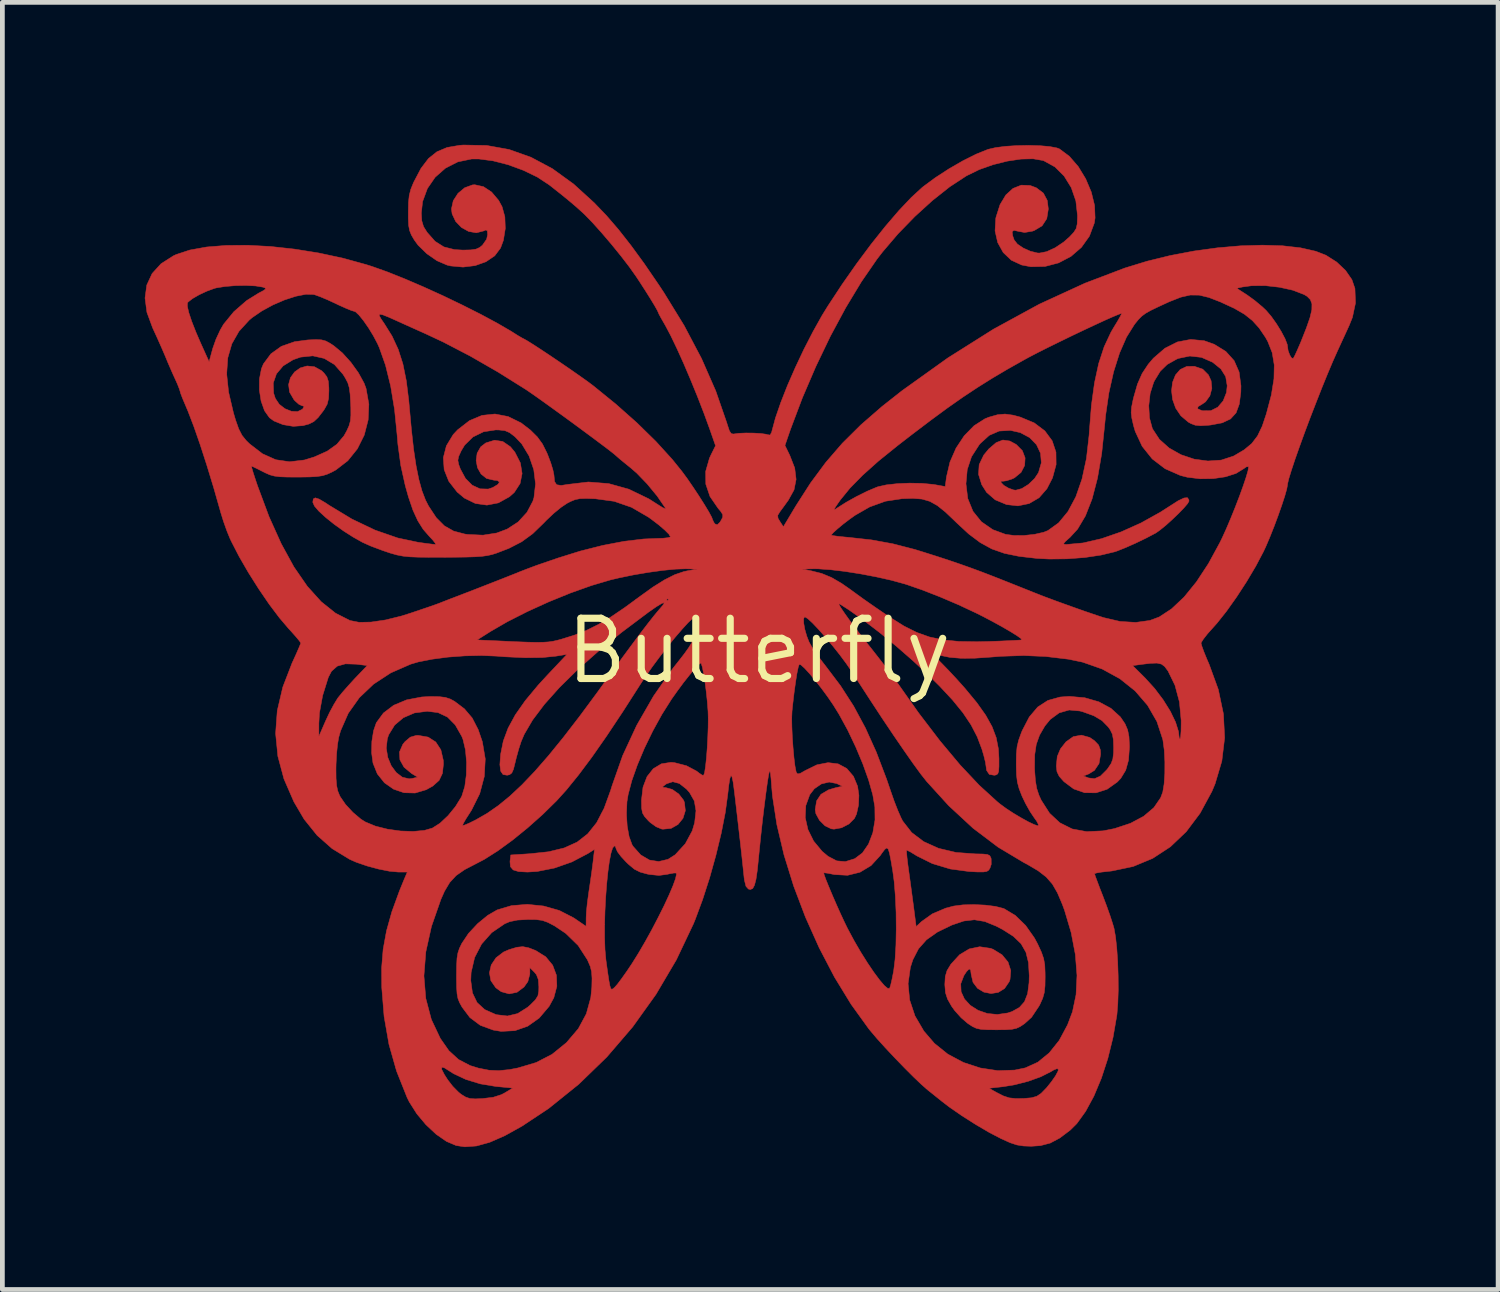
<source format=kicad_pcb>
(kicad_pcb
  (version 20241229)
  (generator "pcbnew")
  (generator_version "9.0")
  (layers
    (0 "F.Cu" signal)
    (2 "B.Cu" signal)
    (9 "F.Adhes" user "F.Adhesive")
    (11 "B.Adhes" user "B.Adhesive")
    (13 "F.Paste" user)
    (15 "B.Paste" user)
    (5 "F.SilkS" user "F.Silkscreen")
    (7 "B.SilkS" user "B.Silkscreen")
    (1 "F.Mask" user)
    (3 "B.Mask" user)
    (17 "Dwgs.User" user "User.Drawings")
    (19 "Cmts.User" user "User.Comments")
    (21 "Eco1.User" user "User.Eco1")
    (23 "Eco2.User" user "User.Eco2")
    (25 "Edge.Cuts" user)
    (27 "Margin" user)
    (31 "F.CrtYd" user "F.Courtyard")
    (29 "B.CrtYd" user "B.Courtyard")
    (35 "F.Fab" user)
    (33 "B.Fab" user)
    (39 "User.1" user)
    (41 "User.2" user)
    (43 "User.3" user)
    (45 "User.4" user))
  (footprint "Butterfly"
    (layer "F.Cu")
    (at 12.937 10.663)
    (property "Reference" "Butterfly" (at 0 0 0) (layer "F.SilkS") (effects (font (size 1.27 1.27) (thickness 0.15))))
    (attr through_hole)
    (fp_poly (pts (xy -5.735 -10.649) (xy -5.263 -10.564) (xy -4.803 -10.401) (xy -4.351 -10.16) (xy -3.905 -9.837) (xy -3.47 -9.441) (xy -3.212 -9.172) (xy -2.957 -8.876) (xy -2.695 -8.542) (xy -2.416 -8.16) (xy -2.113 -7.717) (xy -2.003 -7.551) (xy -1.576 -6.856) (xy -1.209 -6.16) (xy -0.909 -5.476) (xy -0.68 -4.815) (xy -0.664 -4.763) (xy -0.622 -4.637) (xy -0.582 -4.578) (xy -0.533 -4.57) (xy -0.524 -4.572) (xy -0.421 -4.586) (xy -0.273 -4.592) (xy -0.109 -4.59) (xy 0.043 -4.581) (xy 0.151 -4.566) (xy 0.178 -4.557) (xy 0.234 -4.549) (xy 0.267 -4.605) (xy 0.276 -4.642) (xy 0.348 -4.909) (xy 0.459 -5.231) (xy 0.6 -5.59) (xy 0.766 -5.97) (xy 0.947 -6.354) (xy 1.138 -6.725) (xy 1.329 -7.067) (xy 1.451 -7.265) (xy 1.751 -7.721) (xy 2.058 -8.159) (xy 2.365 -8.571) (xy 2.665 -8.947) (xy 2.948 -9.277) (xy 3.209 -9.553) (xy 3.439 -9.764) (xy 3.461 -9.782) (xy 3.714 -9.969) (xy 4 -10.155) (xy 4.296 -10.326) (xy 4.578 -10.467) (xy 4.821 -10.565) (xy 4.826 -10.567) (xy 4.986 -10.604) (xy 5.196 -10.631) (xy 5.435 -10.646) (xy 5.683 -10.651) (xy 5.919 -10.644) (xy 6.124 -10.626) (xy 6.276 -10.597) (xy 6.331 -10.576) (xy 6.539 -10.421) (xy 6.726 -10.205) (xy 6.883 -9.947) (xy 7.001 -9.668) (xy 7.07 -9.387) (xy 7.081 -9.122) (xy 7.065 -9.015) (xy 6.962 -8.739) (xy 6.793 -8.502) (xy 6.572 -8.311) (xy 6.312 -8.175) (xy 6.026 -8.1) (xy 5.728 -8.094) (xy 5.534 -8.131) (xy 5.316 -8.232) (xy 5.145 -8.395) (xy 5.029 -8.605) (xy 4.974 -8.849) (xy 4.989 -9.113) (xy 4.995 -9.141) (xy 5.079 -9.403) (xy 5.201 -9.606) (xy 5.352 -9.744) (xy 5.526 -9.813) (xy 5.713 -9.806) (xy 5.842 -9.758) (xy 5.992 -9.645) (xy 6.074 -9.49) (xy 6.096 -9.31) (xy 6.063 -9.106) (xy 5.964 -8.955) (xy 5.798 -8.856) (xy 5.759 -8.843) (xy 5.597 -8.816) (xy 5.465 -8.84) (xy 5.372 -8.861) (xy 5.334 -8.833) (xy 5.345 -8.748) (xy 5.376 -8.659) (xy 5.444 -8.572) (xy 5.568 -8.488) (xy 5.718 -8.421) (xy 5.867 -8.384) (xy 5.909 -8.382) (xy 6.061 -8.412) (xy 6.24 -8.494) (xy 6.419 -8.614) (xy 6.544 -8.724) (xy 6.633 -8.82) (xy 6.683 -8.899) (xy 6.704 -8.992) (xy 6.71 -9.131) (xy 6.71 -9.178) (xy 6.676 -9.481) (xy 6.579 -9.761) (xy 6.429 -10.004) (xy 6.235 -10.197) (xy 6.005 -10.324) (xy 5.98 -10.333) (xy 5.776 -10.368) (xy 5.52 -10.362) (xy 5.233 -10.319) (xy 4.933 -10.244) (xy 4.641 -10.141) (xy 4.377 -10.012) (xy 4.365 -10.005) (xy 4.019 -9.778) (xy 3.653 -9.488) (xy 3.285 -9.153) (xy 2.929 -8.787) (xy 2.604 -8.406) (xy 2.487 -8.255) (xy 2.157 -7.776) (xy 1.827 -7.229) (xy 1.504 -6.629) (xy 1.198 -5.991) (xy 0.915 -5.332) (xy 0.664 -4.667) (xy 0.637 -4.589) (xy 0.548 -4.33) (xy 0.649 -4.123) (xy 0.754 -3.854) (xy 0.783 -3.615) (xy 0.739 -3.393) (xy 0.619 -3.176) (xy 0.615 -3.171) (xy 0.53 -3.053) (xy 0.452 -2.947) (xy 0.441 -2.932) (xy 0.396 -2.858) (xy 0.402 -2.796) (xy 0.443 -2.727) (xy 0.515 -2.617) (xy 0.732 -2.98) (xy 1.583 -2.98) (xy 1.602 -2.982) (xy 1.653 -3.015) (xy 1.837 -3.132) (xy 2.056 -3.254) (xy 2.277 -3.364) (xy 2.468 -3.445) (xy 2.508 -3.46) (xy 2.683 -3.499) (xy 2.914 -3.525) (xy 3.173 -3.536) (xy 3.434 -3.531) (xy 3.668 -3.509) (xy 3.73 -3.499) (xy 3.924 -3.464) (xy 3.951 -3.669) (xy 4.024 -3.98) (xy 4.152 -4.273) (xy 4.324 -4.533) (xy 4.53 -4.744) (xy 4.76 -4.891) (xy 4.844 -4.925) (xy 5.027 -4.977) (xy 5.184 -4.991) (xy 5.352 -4.968) (xy 5.506 -4.927) (xy 5.799 -4.805) (xy 6.023 -4.636) (xy 6.177 -4.428) (xy 6.257 -4.189) (xy 6.26 -3.926) (xy 6.184 -3.646) (xy 6.066 -3.417) (xy 5.901 -3.228) (xy 5.693 -3.106) (xy 5.456 -3.057) (xy 5.217 -3.084) (xy 4.977 -3.184) (xy 4.797 -3.34) (xy 4.694 -3.502) (xy 4.626 -3.72) (xy 4.639 -3.926) (xy 4.735 -4.126) (xy 4.843 -4.257) (xy 4.997 -4.389) (xy 5.139 -4.444) (xy 5.285 -4.423) (xy 5.42 -4.35) (xy 5.549 -4.22) (xy 5.607 -4.067) (xy 5.597 -3.907) (xy 5.521 -3.761) (xy 5.382 -3.647) (xy 5.328 -3.622) (xy 5.215 -3.586) (xy 5.135 -3.575) (xy 5.12 -3.579) (xy 5.097 -3.571) (xy 5.102 -3.548) (xy 5.158 -3.489) (xy 5.258 -3.43) (xy 5.366 -3.392) (xy 5.411 -3.387) (xy 5.537 -3.421) (xy 5.678 -3.509) (xy 5.806 -3.632) (xy 5.889 -3.757) (xy 5.949 -3.964) (xy 5.932 -4.165) (xy 5.847 -4.346) (xy 5.702 -4.495) (xy 5.506 -4.6) (xy 5.296 -4.647) (xy 5.06 -4.633) (xy 4.851 -4.542) (xy 4.663 -4.371) (xy 4.64 -4.344) (xy 4.478 -4.092) (xy 4.388 -3.822) (xy 4.361 -3.523) (xy 4.399 -3.211) (xy 4.509 -2.942) (xy 4.686 -2.722) (xy 4.926 -2.556) (xy 5.195 -2.457) (xy 5.374 -2.433) (xy 5.59 -2.434) (xy 5.81 -2.458) (xy 6.001 -2.502) (xy 6.088 -2.537) (xy 6.314 -2.7) (xy 6.51 -2.938) (xy 6.675 -3.247) (xy 6.805 -3.621) (xy 6.899 -4.055) (xy 6.955 -4.546) (xy 6.961 -4.636) (xy 7.004 -5.179) (xy 7.069 -5.65) (xy 7.157 -6.056) (xy 7.272 -6.408) (xy 7.415 -6.714) (xy 7.472 -6.812) (xy 7.555 -6.948) (xy 7.614 -7.052) (xy 7.641 -7.107) (xy 7.641 -7.112) (xy 7.584 -7.094) (xy 7.463 -7.044) (xy 7.291 -6.968) (xy 7.081 -6.871) (xy 6.844 -6.76) (xy 6.592 -6.64) (xy 6.339 -6.517) (xy 6.095 -6.397) (xy 5.874 -6.286) (xy 5.688 -6.189) (xy 5.591 -6.136) (xy 5.241 -5.939) (xy 4.918 -5.748) (xy 4.608 -5.554) (xy 4.297 -5.348) (xy 3.972 -5.12) (xy 3.62 -4.861) (xy 3.227 -4.563) (xy 2.922 -4.327) (xy 2.517 -4) (xy 2.185 -3.703) (xy 1.919 -3.432) (xy 1.714 -3.181) (xy 1.68 -3.133) (xy 1.608 -3.027) (xy 1.583 -2.98) (xy 0.732 -2.98) (xy 0.782 -3.063) (xy 1.088 -3.54) (xy 1.408 -3.972) (xy 1.756 -4.375) (xy 2.146 -4.762) (xy 2.591 -5.149) (xy 3.013 -5.482) (xy 3.979 -6.173) (xy 4.942 -6.78) (xy 5.905 -7.305) (xy 6.636 -7.641) (xy 10.064 -7.641) (xy 10.284 -7.499) (xy 10.444 -7.383) (xy 10.608 -7.246) (xy 10.685 -7.173) (xy 10.791 -7.049) (xy 10.901 -6.894) (xy 11.003 -6.729) (xy 11.083 -6.577) (xy 11.128 -6.459) (xy 11.134 -6.421) (xy 11.147 -6.328) (xy 11.181 -6.236) (xy 11.22 -6.172) (xy 11.254 -6.162) (xy 11.255 -6.163) (xy 11.286 -6.218) (xy 11.338 -6.331) (xy 11.402 -6.478) (xy 11.419 -6.519) (xy 11.532 -6.804) (xy 11.608 -7.023) (xy 11.647 -7.189) (xy 11.649 -7.312) (xy 11.616 -7.401) (xy 11.548 -7.47) (xy 11.483 -7.509) (xy 11.25 -7.599) (xy 10.967 -7.662) (xy 10.665 -7.696) (xy 10.377 -7.694) (xy 10.186 -7.668) (xy 10.064 -7.641) (xy 6.636 -7.641) (xy 6.869 -7.748) (xy 7.705 -8.066) (xy 8.174 -8.21) (xy 8.663 -8.33) (xy 9.163 -8.425) (xy 9.66 -8.493) (xy 10.145 -8.535) (xy 10.605 -8.549) (xy 11.03 -8.536) (xy 11.408 -8.493) (xy 11.727 -8.421) (xy 11.943 -8.337) (xy 12.17 -8.193) (xy 12.357 -8.016) (xy 12.491 -7.822) (xy 12.555 -7.635) (xy 12.566 -7.328) (xy 12.502 -7.027) (xy 12.434 -6.858) (xy 12.36 -6.696) (xy 12.27 -6.501) (xy 12.191 -6.329) (xy 12.089 -6.101) (xy 11.976 -5.833) (xy 11.856 -5.538) (xy 11.733 -5.225) (xy 11.61 -4.908) (xy 11.493 -4.596) (xy 11.386 -4.301) (xy 11.292 -4.035) (xy 11.217 -3.809) (xy 11.163 -3.634) (xy 11.136 -3.522) (xy 11.134 -3.497) (xy 11.118 -3.409) (xy 11.076 -3.261) (xy 11.013 -3.068) (xy 10.936 -2.849) (xy 10.851 -2.621) (xy 10.763 -2.4) (xy 10.68 -2.205) (xy 10.629 -2.095) (xy 10.467 -1.788) (xy 10.273 -1.461) (xy 10.062 -1.137) (xy 9.849 -0.837) (xy 9.647 -0.583) (xy 9.56 -0.486) (xy 9.447 -0.359) (xy 9.362 -0.25) (xy 9.317 -0.178) (xy 9.313 -0.164) (xy 9.33 -0.102) (xy 9.373 0.017) (xy 9.437 0.174) (xy 9.485 0.285) (xy 9.677 0.812) (xy 9.785 1.327) (xy 9.81 1.83) (xy 9.751 2.32) (xy 9.609 2.798) (xy 9.541 2.96) (xy 9.293 3.418) (xy 9.001 3.807) (xy 8.667 4.125) (xy 8.294 4.369) (xy 7.882 4.54) (xy 7.435 4.634) (xy 7.362 4.642) (xy 7.217 4.658) (xy 7.112 4.676) (xy 7.07 4.691) (xy 7.07 4.692) (xy 7.084 4.739) (xy 7.124 4.847) (xy 7.182 5.001) (xy 7.245 5.162) (xy 7.324 5.371) (xy 7.397 5.577) (xy 7.454 5.753) (xy 7.48 5.842) (xy 7.512 6.021) (xy 7.538 6.262) (xy 7.557 6.545) (xy 7.567 6.847) (xy 7.569 7.146) (xy 7.56 7.421) (xy 7.542 7.65) (xy 7.539 7.676) (xy 7.459 8.14) (xy 7.349 8.586) (xy 7.213 9.002) (xy 7.056 9.377) (xy 6.882 9.698) (xy 6.697 9.955) (xy 6.56 10.091) (xy 6.338 10.259) (xy 6.136 10.366) (xy 5.93 10.42) (xy 5.737 10.433) (xy 5.571 10.427) (xy 5.433 10.405) (xy 5.291 10.358) (xy 5.109 10.276) (xy 5.108 10.276) (xy 4.854 10.144) (xy 4.566 9.975) (xy 4.275 9.79) (xy 4.009 9.606) (xy 3.854 9.487) (xy 3.727 9.385) (xy 3.61 9.291) (xy 3.558 9.25) (xy 3.514 9.211) (xy 4.847 9.211) (xy 4.995 9.294) (xy 5.145 9.371) (xy 5.27 9.413) (xy 5.408 9.428) (xy 5.576 9.426) (xy 5.741 9.412) (xy 5.853 9.38) (xy 5.94 9.322) (xy 5.952 9.311) (xy 6.058 9.202) (xy 6.161 9.074) (xy 6.247 8.951) (xy 6.299 8.853) (xy 6.308 8.82) (xy 6.285 8.796) (xy 6.211 8.825) (xy 6.149 8.862) (xy 5.938 8.969) (xy 5.674 9.064) (xy 5.386 9.138) (xy 5.144 9.178) (xy 4.847 9.211) (xy 3.514 9.211) (xy 3.429 9.137) (xy 3.26 8.976) (xy 3.065 8.781) (xy 2.861 8.57) (xy 2.662 8.358) (xy 2.483 8.16) (xy 2.34 7.991) (xy 2.314 7.959) (xy 1.942 7.443) (xy 1.591 6.869) (xy 1.269 6.252) (xy 0.98 5.607) (xy 0.731 4.95) (xy 0.646 4.675) (xy 1.365 4.675) (xy 1.375 4.717) (xy 1.413 4.821) (xy 1.474 4.971) (xy 1.549 5.15) (xy 1.633 5.343) (xy 1.719 5.535) (xy 1.8 5.709) (xy 1.869 5.851) (xy 1.876 5.863) (xy 2.008 6.109) (xy 2.148 6.349) (xy 2.288 6.572) (xy 2.422 6.77) (xy 2.542 6.931) (xy 2.642 7.048) (xy 2.715 7.109) (xy 2.753 7.106) (xy 2.775 7.038) (xy 2.804 6.912) (xy 2.835 6.754) (xy 2.839 6.731) (xy 2.868 6.493) (xy 2.886 6.194) (xy 2.892 5.857) (xy 2.889 5.508) (xy 2.874 5.167) (xy 2.849 4.86) (xy 2.819 4.636) (xy 2.78 4.408) (xy 2.75 4.256) (xy 2.723 4.172) (xy 2.692 4.149) (xy 2.652 4.178) (xy 2.595 4.252) (xy 2.555 4.31) (xy 2.361 4.521) (xy 2.128 4.661) (xy 1.868 4.725) (xy 1.592 4.71) (xy 1.567 4.705) (xy 1.452 4.682) (xy 1.378 4.673) (xy 1.365 4.675) (xy 0.646 4.675) (xy 0.528 4.295) (xy 0.378 3.659) (xy 0.285 3.055) (xy 0.27 2.879) (xy 0.255 2.688) (xy 0.243 2.574) (xy 0.231 2.529) (xy 0.219 2.545) (xy 0.205 2.603) (xy 0.179 2.761) (xy 0.148 2.985) (xy 0.113 3.258) (xy 0.076 3.562) (xy 0.041 3.878) (xy 0.009 4.19) (xy -0.007 4.353) (xy -0.034 4.619) (xy -0.062 4.81) (xy -0.094 4.934) (xy -0.131 5.003) (xy -0.179 5.024) (xy -0.221 5.015) (xy -0.273 4.957) (xy -0.306 4.826) (xy -0.313 4.77) (xy -0.334 4.569) (xy -0.36 4.326) (xy -0.39 4.056) (xy -0.422 3.775) (xy -0.454 3.499) (xy -0.484 3.242) (xy -0.51 3.022) (xy -0.531 2.854) (xy -0.545 2.754) (xy -0.546 2.752) (xy -0.568 2.649) (xy -0.589 2.625) (xy -0.611 2.682) (xy -0.634 2.821) (xy -0.657 3.021) (xy -0.709 3.403) (xy -0.794 3.838) (xy -0.906 4.302) (xy -1.038 4.775) (xy -1.185 5.232) (xy -1.34 5.651) (xy -1.378 5.744) (xy -1.74 6.507) (xy -2.169 7.234) (xy -2.659 7.918) (xy -3.203 8.552) (xy -3.796 9.127) (xy -4.431 9.638) (xy -4.994 10.011) (xy -5.356 10.212) (xy -5.672 10.35) (xy -5.95 10.427) (xy -6.196 10.445) (xy -6.377 10.418) (xy -6.582 10.331) (xy -6.8 10.18) (xy -7.013 9.981) (xy -7.208 9.748) (xy -7.366 9.498) (xy -7.412 9.405) (xy -7.633 8.851) (xy -7.657 8.767) (xy -6.683 8.767) (xy -6.682 8.815) (xy -6.626 8.924) (xy -6.556 9.033) (xy -6.45 9.17) (xy -6.329 9.293) (xy -6.271 9.34) (xy -6.178 9.397) (xy -6.09 9.427) (xy -5.976 9.435) (xy -5.821 9.428) (xy -5.597 9.401) (xy -5.426 9.346) (xy -5.355 9.309) (xy -5.186 9.207) (xy -5.543 9.173) (xy -5.868 9.119) (xy -6.173 9.026) (xy -6.434 8.903) (xy -6.515 8.851) (xy -6.627 8.78) (xy -6.683 8.767) (xy -7.657 8.767) (xy -7.793 8.289) (xy -7.896 7.698) (xy -7.945 7.091) (xy -7.947 6.844) (xy -7.057 6.844) (xy -7.018 7.318) (xy -6.901 7.761) (xy -6.712 8.161) (xy -6.531 8.42) (xy -6.327 8.606) (xy -6.084 8.733) (xy -5.905 8.788) (xy -5.686 8.831) (xy -5.479 8.84) (xy -5.252 8.817) (xy -5.08 8.784) (xy -4.693 8.669) (xy -4.358 8.496) (xy -4.062 8.256) (xy -4.052 8.247) (xy -3.804 7.955) (xy -3.636 7.643) (xy -3.542 7.301) (xy -3.52 7.079) (xy -3.516 6.893) (xy -3.525 6.759) (xy -3.552 6.647) (xy -3.604 6.526) (xy -3.616 6.501) (xy -3.809 6.203) (xy -3.976 6.04) (xy -3.251 6.04) (xy -3.243 6.288) (xy -3.224 6.498) (xy -3.22 6.529) (xy -3.186 6.773) (xy -3.16 6.944) (xy -3.14 7.052) (xy -3.121 7.11) (xy -3.1 7.127) (xy -3.074 7.115) (xy -3.038 7.084) (xy -3.036 7.082) (xy -2.979 7.017) (xy -2.89 6.898) (xy -2.78 6.743) (xy -2.673 6.583) (xy -2.537 6.365) (xy -2.396 6.123) (xy -2.255 5.868) (xy -2.121 5.611) (xy -1.998 5.365) (xy -1.893 5.139) (xy -1.811 4.946) (xy -1.757 4.797) (xy -1.737 4.703) (xy -1.743 4.678) (xy -1.79 4.677) (xy -1.889 4.695) (xy -1.933 4.705) (xy -2.105 4.728) (xy -2.303 4.708) (xy -2.351 4.699) (xy -2.504 4.657) (xy -2.625 4.596) (xy -2.748 4.493) (xy -2.8 4.443) (xy -2.904 4.33) (xy -2.978 4.232) (xy -3.006 4.172) (xy -3.026 4.114) (xy -3.043 4.106) (xy -3.081 4.147) (xy -3.117 4.259) (xy -3.151 4.432) (xy -3.181 4.652) (xy -3.207 4.908) (xy -3.228 5.187) (xy -3.243 5.477) (xy -3.251 5.765) (xy -3.251 6.04) (xy -3.976 6.04) (xy -4.071 5.948) (xy -4.307 5.79) (xy -4.447 5.717) (xy -4.564 5.675) (xy -4.694 5.658) (xy -4.868 5.656) (xy -5.087 5.668) (xy -5.251 5.702) (xy -5.355 5.746) (xy -5.628 5.932) (xy -5.842 6.173) (xy -5.989 6.457) (xy -6.063 6.774) (xy -6.07 6.943) (xy -6.035 7.202) (xy -5.938 7.405) (xy -5.776 7.554) (xy -5.546 7.656) (xy -5.524 7.662) (xy -5.298 7.689) (xy -5.083 7.638) (xy -4.871 7.504) (xy -4.81 7.45) (xy -4.709 7.348) (xy -4.656 7.264) (xy -4.638 7.164) (xy -4.636 7.074) (xy -4.647 6.921) (xy -4.687 6.818) (xy -4.731 6.765) (xy -4.826 6.67) (xy -4.826 6.806) (xy -4.868 6.965) (xy -4.949 7.079) (xy -5.097 7.19) (xy -5.262 7.223) (xy -5.429 7.177) (xy -5.544 7.093) (xy -5.647 6.944) (xy -5.677 6.779) (xy -5.639 6.613) (xy -5.538 6.462) (xy -5.379 6.341) (xy -5.264 6.291) (xy -5.099 6.241) (xy -4.974 6.228) (xy -4.849 6.253) (xy -4.702 6.31) (xy -4.491 6.442) (xy -4.345 6.619) (xy -4.266 6.83) (xy -4.257 7.063) (xy -4.321 7.305) (xy -4.419 7.485) (xy -4.628 7.732) (xy -4.871 7.904) (xy -5.14 7.998) (xy -5.43 8.013) (xy -5.598 7.985) (xy -5.87 7.885) (xy -6.088 7.722) (xy -6.254 7.502) (xy -6.306 7.407) (xy -6.34 7.321) (xy -6.359 7.221) (xy -6.368 7.086) (xy -6.371 6.893) (xy -6.371 6.837) (xy -6.368 6.624) (xy -6.36 6.472) (xy -6.341 6.36) (xy -6.309 6.264) (xy -6.259 6.16) (xy -6.258 6.159) (xy -6.118 5.95) (xy -5.927 5.745) (xy -5.713 5.569) (xy -5.514 5.454) (xy -5.212 5.364) (xy -4.878 5.337) (xy -4.536 5.372) (xy -4.205 5.466) (xy -3.909 5.618) (xy -3.888 5.631) (xy -3.641 5.8) (xy -3.64 5.62) (xy -3.634 5.494) (xy -3.616 5.317) (xy -3.59 5.121) (xy -3.581 5.059) (xy -3.55 4.85) (xy -3.52 4.638) (xy -3.497 4.462) (xy -3.493 4.428) (xy -3.464 4.179) (xy -3.605 4.268) (xy -3.941 4.444) (xy -4.305 4.572) (xy -4.668 4.644) (xy -4.874 4.657) (xy -5.061 4.647) (xy -5.177 4.612) (xy -5.234 4.545) (xy -5.244 4.438) (xy -5.242 4.416) (xy -5.228 4.297) (xy -4.826 4.271) (xy -4.431 4.229) (xy -4.102 4.149) (xy -3.83 4.026) (xy -3.606 3.851) (xy -3.419 3.617) (xy -3.325 3.435) (xy -2.791 3.435) (xy -2.775 3.688) (xy -2.735 3.91) (xy -2.673 4.08) (xy -2.652 4.114) (xy -2.49 4.296) (xy -2.306 4.404) (xy -2.111 4.435) (xy -1.914 4.388) (xy -1.764 4.292) (xy -1.551 4.06) (xy -1.405 3.789) (xy -1.354 3.617) (xy -1.326 3.366) (xy -1.361 3.159) (xy -1.462 2.981) (xy -1.525 2.91) (xy -1.676 2.791) (xy -1.814 2.754) (xy -1.945 2.796) (xy -1.971 2.814) (xy -2.028 2.86) (xy -2.016 2.875) (xy -1.968 2.877) (xy -1.826 2.916) (xy -1.689 3.012) (xy -1.589 3.141) (xy -1.569 3.189) (xy -1.55 3.364) (xy -1.6 3.525) (xy -1.705 3.655) (xy -1.85 3.737) (xy -2.022 3.754) (xy -2.05 3.75) (xy -2.165 3.703) (xy -2.289 3.614) (xy -2.331 3.574) (xy -2.409 3.487) (xy -2.453 3.411) (xy -2.471 3.314) (xy -2.474 3.168) (xy -2.474 3.141) (xy -2.442 2.869) (xy -2.357 2.646) (xy -2.226 2.48) (xy -2.055 2.377) (xy -1.851 2.345) (xy -1.779 2.352) (xy -1.527 2.417) (xy -1.312 2.531) (xy -1.259 2.573) (xy -1.194 2.616) (xy -1.164 2.617) (xy -1.144 2.559) (xy -1.125 2.433) (xy -1.106 2.258) (xy -1.09 2.051) (xy -1.078 1.83) (xy -1.07 1.612) (xy -1.068 1.415) (xy -1.068 1.41) (xy 0.691 1.41) (xy 0.694 1.598) (xy 0.703 1.814) (xy 0.719 2.038) (xy 0.738 2.248) (xy 0.759 2.421) (xy 0.782 2.538) (xy 0.788 2.559) (xy 0.815 2.59) (xy 0.871 2.578) (xy 0.972 2.52) (xy 1.221 2.398) (xy 1.457 2.352) (xy 1.669 2.378) (xy 1.85 2.475) (xy 1.991 2.64) (xy 2.078 2.849) (xy 2.106 3.042) (xy 2.097 3.249) (xy 2.056 3.434) (xy 2.011 3.529) (xy 1.896 3.644) (xy 1.741 3.724) (xy 1.582 3.753) (xy 1.523 3.746) (xy 1.391 3.682) (xy 1.275 3.566) (xy 1.2 3.428) (xy 1.185 3.343) (xy 1.215 3.157) (xy 1.307 3.019) (xy 1.468 2.924) (xy 1.614 2.881) (xy 1.757 2.849) (xy 1.637 2.792) (xy 1.48 2.761) (xy 1.316 2.8) (xy 1.167 2.902) (xy 1.071 3.027) (xy 0.987 3.257) (xy 0.975 3.507) (xy 1.032 3.761) (xy 1.152 4.004) (xy 1.331 4.22) (xy 1.456 4.325) (xy 1.639 4.421) (xy 1.82 4.437) (xy 2.019 4.375) (xy 2.18 4.254) (xy 2.308 4.068) (xy 2.399 3.831) (xy 2.445 3.56) (xy 2.442 3.286) (xy 2.398 3.029) (xy 2.311 2.721) (xy 2.189 2.38) (xy 2.04 2.024) (xy 1.871 1.669) (xy 1.688 1.334) (xy 1.57 1.143) (xy 1.452 0.97) (xy 1.322 0.793) (xy 1.19 0.625) (xy 1.067 0.477) (xy 0.962 0.363) (xy 0.886 0.294) (xy 0.849 0.281) (xy 0.828 0.341) (xy 0.801 0.471) (xy 0.772 0.654) (xy 0.741 0.878) (xy 0.712 1.126) (xy 0.697 1.271) (xy 0.691 1.41) (xy -1.068 1.41) (xy -1.072 1.27) (xy -1.088 1.064) (xy -1.111 0.85) (xy -1.137 0.647) (xy -1.166 0.471) (xy -1.193 0.337) (xy -1.216 0.263) (xy -1.226 0.254) (xy -1.27 0.286) (xy -1.353 0.375) (xy -1.462 0.506) (xy -1.588 0.665) (xy -1.718 0.841) (xy -1.84 1.013) (xy -2.044 1.336) (xy -2.237 1.687) (xy -2.412 2.047) (xy -2.561 2.401) (xy -2.678 2.732) (xy -2.755 3.024) (xy -2.78 3.177) (xy -2.791 3.435) (xy -3.325 3.435) (xy -3.262 3.315) (xy -3.125 2.939) (xy -3.093 2.836) (xy -2.87 2.203) (xy -2.575 1.567) (xy -2.219 0.948) (xy -1.812 0.365) (xy -1.679 0.197) (xy -1.572 0.059) (xy -1.479 -0.071) (xy -1.421 -0.164) (xy -1.382 -0.266) (xy -1.35 -0.396) (xy -1.328 -0.529) (xy -1.319 -0.642) (xy -1.325 -0.683) (xy 0.941 -0.683) (xy 0.943 -0.589) (xy 0.966 -0.458) (xy 1.008 -0.312) (xy 1.055 -0.192) (xy 1.115 -0.085) (xy 1.214 0.064) (xy 1.336 0.228) (xy 1.406 0.318) (xy 1.718 0.731) (xy 1.995 1.161) (xy 2.243 1.622) (xy 2.472 2.129) (xy 2.689 2.7) (xy 2.779 2.963) (xy 2.85 3.166) (xy 2.925 3.358) (xy 2.993 3.513) (xy 3.029 3.583) (xy 3.217 3.824) (xy 3.471 4.016) (xy 3.784 4.157) (xy 4.152 4.244) (xy 4.561 4.274) (xy 4.72 4.277) (xy 4.814 4.287) (xy 4.863 4.312) (xy 4.886 4.356) (xy 4.892 4.378) (xy 4.893 4.496) (xy 4.867 4.574) (xy 4.839 4.618) (xy 4.798 4.644) (xy 4.727 4.655) (xy 4.607 4.655) (xy 4.43 4.646) (xy 4.03 4.592) (xy 3.652 4.478) (xy 3.32 4.313) (xy 3.288 4.292) (xy 3.188 4.231) (xy 3.123 4.2) (xy 3.11 4.199) (xy 3.11 4.245) (xy 3.12 4.355) (xy 3.139 4.513) (xy 3.156 4.636) (xy 3.189 4.874) (xy 3.224 5.134) (xy 3.256 5.371) (xy 3.264 5.433) (xy 3.312 5.806) (xy 3.423 5.701) (xy 3.651 5.538) (xy 3.935 5.417) (xy 4.103 5.373) (xy 4.298 5.348) (xy 4.529 5.342) (xy 4.766 5.353) (xy 4.981 5.38) (xy 5.146 5.422) (xy 5.165 5.429) (xy 5.4 5.57) (xy 5.618 5.782) (xy 5.805 6.048) (xy 5.872 6.174) (xy 5.951 6.345) (xy 5.997 6.478) (xy 6.021 6.61) (xy 6.028 6.775) (xy 6.029 6.864) (xy 6.026 7.056) (xy 6.011 7.196) (xy 5.978 7.314) (xy 5.92 7.443) (xy 5.903 7.476) (xy 5.742 7.717) (xy 5.594 7.851) (xy 5.504 7.911) (xy 5.423 7.949) (xy 5.33 7.969) (xy 5.199 7.978) (xy 5.007 7.98) (xy 5.002 7.98) (xy 4.81 7.978) (xy 4.678 7.97) (xy 4.583 7.95) (xy 4.501 7.912) (xy 4.407 7.851) (xy 4.396 7.843) (xy 4.26 7.726) (xy 4.125 7.576) (xy 4.058 7.483) (xy 3.973 7.332) (xy 3.93 7.2) (xy 3.917 7.046) (xy 3.916 7.02) (xy 3.925 6.858) (xy 3.962 6.733) (xy 4.041 6.603) (xy 4.045 6.597) (xy 4.225 6.4) (xy 4.43 6.276) (xy 4.651 6.23) (xy 4.88 6.264) (xy 4.933 6.284) (xy 5.12 6.399) (xy 5.247 6.552) (xy 5.305 6.731) (xy 5.289 6.919) (xy 5.271 6.968) (xy 5.174 7.11) (xy 5.041 7.192) (xy 4.889 7.216) (xy 4.738 7.186) (xy 4.605 7.106) (xy 4.51 6.98) (xy 4.471 6.814) (xy 4.459 6.719) (xy 4.428 6.698) (xy 4.373 6.754) (xy 4.317 6.839) (xy 4.251 7.011) (xy 4.259 7.178) (xy 4.33 7.332) (xy 4.453 7.465) (xy 4.616 7.569) (xy 4.81 7.636) (xy 5.022 7.657) (xy 5.243 7.625) (xy 5.332 7.595) (xy 5.487 7.509) (xy 5.594 7.388) (xy 5.66 7.218) (xy 5.69 6.988) (xy 5.694 6.837) (xy 5.678 6.564) (xy 5.624 6.346) (xy 5.522 6.167) (xy 5.361 6.012) (xy 5.132 5.866) (xy 4.995 5.795) (xy 4.756 5.698) (xy 4.539 5.662) (xy 4.316 5.688) (xy 4.065 5.773) (xy 3.761 5.92) (xy 3.53 6.083) (xy 3.361 6.274) (xy 3.242 6.505) (xy 3.19 6.666) (xy 3.142 7.008) (xy 3.175 7.351) (xy 3.287 7.687) (xy 3.475 8.008) (xy 3.696 8.265) (xy 3.978 8.492) (xy 4.306 8.667) (xy 4.663 8.784) (xy 5.031 8.84) (xy 5.389 8.828) (xy 5.611 8.782) (xy 5.875 8.662) (xy 6.115 8.466) (xy 6.326 8.202) (xy 6.501 7.875) (xy 6.605 7.599) (xy 6.68 7.241) (xy 6.7 6.834) (xy 6.665 6.393) (xy 6.577 5.932) (xy 6.438 5.464) (xy 6.39 5.334) (xy 6.288 5.094) (xy 6.181 4.909) (xy 6.051 4.761) (xy 5.882 4.63) (xy 5.655 4.496) (xy 5.579 4.456) (xy 5.039 4.133) (xy 4.509 3.732) (xy 3.997 3.258) (xy 3.533 2.748) (xy 3.412 2.595) (xy 3.253 2.377) (xy 3.061 2.103) (xy 2.84 1.781) (xy 2.597 1.419) (xy 2.338 1.024) (xy 2.066 0.605) (xy 1.954 0.431) (xy 1.842 0.267) (xy 1.706 0.084) (xy 1.556 -0.105) (xy 1.403 -0.289) (xy 1.257 -0.454) (xy 1.129 -0.589) (xy 1.029 -0.681) (xy 0.968 -0.719) (xy 0.965 -0.72) (xy 0.941 -0.683) (xy -1.325 -0.683) (xy -1.328 -0.71) (xy -1.34 -0.72) (xy -1.397 -0.687) (xy -1.493 -0.596) (xy -1.619 -0.458) (xy -1.768 -0.285) (xy -1.929 -0.086) (xy -2.093 0.126) (xy -2.252 0.34) (xy -2.396 0.546) (xy -2.491 0.691) (xy -2.867 1.278) (xy -3.209 1.792) (xy -3.519 2.236) (xy -3.801 2.613) (xy -4.056 2.927) (xy -4.262 3.155) (xy -4.557 3.445) (xy -4.873 3.726) (xy -5.192 3.985) (xy -5.501 4.21) (xy -5.783 4.389) (xy -5.959 4.481) (xy -6.2 4.606) (xy -6.379 4.731) (xy -6.514 4.877) (xy -6.624 5.062) (xy -6.7 5.234) (xy -6.898 5.802) (xy -7.017 6.338) (xy -7.057 6.844) (xy -7.947 6.844) (xy -7.948 6.675) (xy -7.916 6.284) (xy -7.845 5.895) (xy -7.732 5.491) (xy -7.571 5.05) (xy -7.475 4.815) (xy -7.407 4.657) (xy -7.591 4.657) (xy -7.779 4.64) (xy -8.011 4.594) (xy -8.256 4.528) (xy -8.483 4.45) (xy -8.621 4.389) (xy -8.991 4.163) (xy -9.307 3.884) (xy -9.581 3.543) (xy -9.796 3.177) (xy -10.006 2.694) (xy -10.064 2.477) (xy -8.91 2.477) (xy -8.908 2.686) (xy -8.896 2.835) (xy -8.873 2.946) (xy -8.834 3.043) (xy -8.819 3.072) (xy -8.708 3.233) (xy -8.553 3.4) (xy -8.385 3.542) (xy -8.29 3.602) (xy -8.077 3.69) (xy -7.822 3.754) (xy -7.549 3.792) (xy -7.282 3.801) (xy -7.046 3.779) (xy -6.878 3.73) (xy -6.718 3.628) (xy -6.549 3.469) (xy -6.393 3.278) (xy -6.27 3.079) (xy -6.257 3.051) (xy -6.196 2.855) (xy -6.164 2.609) (xy -6.159 2.342) (xy -6.182 2.084) (xy -6.234 1.863) (xy -6.259 1.8) (xy -6.397 1.558) (xy -6.561 1.392) (xy -6.76 1.298) (xy -6.989 1.27) (xy -7.257 1.305) (xy -7.489 1.405) (xy -7.674 1.561) (xy -7.799 1.764) (xy -7.828 1.85) (xy -7.85 2.045) (xy -7.819 2.24) (xy -7.746 2.417) (xy -7.64 2.561) (xy -7.511 2.659) (xy -7.367 2.693) (xy -7.304 2.685) (xy -7.191 2.657) (xy -7.316 2.581) (xy -7.477 2.447) (xy -7.563 2.292) (xy -7.572 2.128) (xy -7.501 1.966) (xy -7.455 1.909) (xy -7.343 1.815) (xy -7.224 1.78) (xy -7.176 1.778) (xy -6.968 1.814) (xy -6.808 1.917) (xy -6.7 2.082) (xy -6.649 2.303) (xy -6.646 2.382) (xy -6.667 2.578) (xy -6.737 2.726) (xy -6.87 2.845) (xy -7.01 2.923) (xy -7.242 2.992) (xy -7.476 2.986) (xy -7.696 2.911) (xy -7.889 2.776) (xy -8.039 2.588) (xy -8.13 2.361) (xy -8.159 2.145) (xy -8.154 1.906) (xy -8.118 1.68) (xy -8.06 1.512) (xy -7.91 1.307) (xy -7.695 1.144) (xy -7.423 1.03) (xy -7.105 0.969) (xy -6.921 0.959) (xy -6.736 0.962) (xy -6.606 0.978) (xy -6.502 1.012) (xy -6.413 1.06) (xy -6.204 1.218) (xy -6.04 1.411) (xy -5.913 1.658) (xy -5.826 1.912) (xy -5.765 2.273) (xy -5.785 2.642) (xy -5.882 3.007) (xy -6.056 3.356) (xy -6.094 3.415) (xy -6.173 3.538) (xy -6.227 3.632) (xy -6.243 3.676) (xy -6.243 3.677) (xy -6.2 3.667) (xy -6.103 3.626) (xy -5.972 3.561) (xy -5.96 3.555) (xy -5.725 3.42) (xy -5.488 3.255) (xy -5.245 3.056) (xy -4.991 2.818) (xy -4.722 2.536) (xy -4.433 2.205) (xy -4.119 1.819) (xy -3.775 1.373) (xy -3.398 0.863) (xy -3.084 0.427) (xy -2.888 0.154) (xy -2.692 -0.111) (xy -2.508 -0.359) (xy -2.342 -0.575) (xy -2.205 -0.749) (xy -2.105 -0.869) (xy -2.087 -0.889) (xy -2.009 -0.981) (xy -2.008 -0.985) (xy 1.684 -0.985) (xy 1.721 -0.917) (xy 1.802 -0.797) (xy 1.922 -0.629) (xy 2.078 -0.422) (xy 2.265 -0.181) (xy 2.375 -0.042) (xy 2.525 0.149) (xy 2.668 0.334) (xy 2.79 0.495) (xy 2.876 0.613) (xy 2.891 0.635) (xy 3.364 1.305) (xy 3.813 1.893) (xy 4.238 2.401) (xy 4.64 2.828) (xy 5.02 3.175) (xy 5.08 3.224) (xy 5.205 3.316) (xy 5.359 3.417) (xy 5.524 3.515) (xy 5.678 3.6) (xy 5.804 3.659) (xy 5.879 3.683) (xy 5.881 3.683) (xy 5.887 3.654) (xy 5.848 3.58) (xy 5.799 3.513) (xy 5.711 3.382) (xy 5.616 3.212) (xy 5.542 3.058) (xy 5.481 2.901) (xy 5.444 2.763) (xy 5.426 2.612) (xy 5.42 2.413) (xy 5.42 2.378) (xy 5.423 2.172) (xy 5.438 2.017) (xy 5.471 1.879) (xy 5.527 1.724) (xy 5.546 1.677) (xy 5.695 1.39) (xy 5.872 1.181) (xy 6.086 1.042) (xy 6.343 0.97) (xy 6.54 0.956) (xy 6.864 0.985) (xy 7.161 1.071) (xy 7.415 1.208) (xy 7.614 1.389) (xy 7.712 1.534) (xy 7.767 1.663) (xy 7.795 1.805) (xy 7.804 1.993) (xy 7.804 2.032) (xy 7.785 2.301) (xy 7.726 2.512) (xy 7.622 2.683) (xy 7.549 2.76) (xy 7.334 2.913) (xy 7.101 2.988) (xy 6.862 2.986) (xy 6.631 2.906) (xy 6.425 2.752) (xy 6.325 2.64) (xy 6.278 2.542) (xy 6.265 2.424) (xy 6.265 2.421) (xy 6.284 2.223) (xy 6.351 2.063) (xy 6.468 1.914) (xy 6.622 1.804) (xy 6.793 1.773) (xy 6.967 1.821) (xy 7.066 1.888) (xy 7.155 1.981) (xy 7.192 2.083) (xy 7.197 2.175) (xy 7.164 2.371) (xy 7.068 2.515) (xy 6.949 2.589) (xy 6.837 2.633) (xy 6.942 2.674) (xy 7.07 2.69) (xy 7.194 2.635) (xy 7.326 2.504) (xy 7.351 2.472) (xy 7.419 2.371) (xy 7.455 2.274) (xy 7.47 2.146) (xy 7.472 2.032) (xy 7.466 1.866) (xy 7.445 1.752) (xy 7.398 1.657) (xy 7.358 1.601) (xy 7.228 1.468) (xy 7.056 1.365) (xy 6.823 1.281) (xy 6.762 1.264) (xy 6.535 1.243) (xy 6.324 1.304) (xy 6.135 1.443) (xy 6.022 1.582) (xy 5.911 1.774) (xy 5.842 1.967) (xy 5.809 2.188) (xy 5.806 2.459) (xy 5.808 2.519) (xy 5.824 2.732) (xy 5.851 2.893) (xy 5.897 3.034) (xy 5.946 3.142) (xy 6.122 3.417) (xy 6.339 3.619) (xy 6.599 3.749) (xy 6.902 3.805) (xy 7.248 3.789) (xy 7.49 3.741) (xy 7.826 3.63) (xy 8.104 3.482) (xy 8.319 3.3) (xy 8.462 3.092) (xy 8.507 2.972) (xy 8.535 2.803) (xy 8.55 2.581) (xy 8.551 2.335) (xy 8.539 2.095) (xy 8.512 1.892) (xy 8.507 1.863) (xy 8.383 1.486) (xy 8.186 1.144) (xy 7.924 0.841) (xy 7.604 0.585) (xy 7.232 0.381) (xy 7.026 0.308) (xy 7.872 0.308) (xy 8.133 0.567) (xy 8.334 0.788) (xy 8.515 1.028) (xy 8.666 1.27) (xy 8.776 1.498) (xy 8.838 1.696) (xy 8.848 1.787) (xy 8.857 1.847) (xy 8.873 1.851) (xy 8.884 1.8) (xy 8.892 1.685) (xy 8.894 1.528) (xy 8.894 1.46) (xy 8.858 1.074) (xy 8.764 0.722) (xy 8.618 0.423) (xy 8.611 0.413) (xy 8.547 0.327) (xy 8.478 0.276) (xy 8.384 0.255) (xy 8.246 0.26) (xy 8.07 0.281) (xy 7.872 0.308) (xy 7.026 0.308) (xy 6.817 0.235) (xy 6.519 0.173) (xy 6.04 0.116) (xy 5.578 0.096) (xy 5.093 0.112) (xy 4.896 0.128) (xy 4.547 0.152) (xy 4.261 0.154) (xy 4.02 0.134) (xy 3.804 0.09) (xy 3.689 0.055) (xy 3.684 0.07) (xy 3.73 0.132) (xy 3.818 0.228) (xy 3.852 0.262) (xy 3.995 0.409) (xy 4.161 0.587) (xy 4.316 0.76) (xy 4.339 0.786) (xy 4.589 1.088) (xy 4.777 1.353) (xy 4.911 1.594) (xy 4.998 1.825) (xy 5.044 2.061) (xy 5.056 2.265) (xy 5.056 2.433) (xy 5.049 2.535) (xy 5.031 2.588) (xy 4.995 2.611) (xy 4.958 2.618) (xy 4.853 2.6) (xy 4.795 2.514) (xy 4.784 2.429) (xy 4.771 2.343) (xy 4.738 2.208) (xy 4.698 2.071) (xy 4.599 1.809) (xy 4.468 1.556) (xy 4.297 1.301) (xy 4.077 1.031) (xy 3.801 0.735) (xy 3.571 0.508) (xy 3.244 0.205) (xy 2.897 -0.098) (xy 2.545 -0.386) (xy 2.205 -0.647) (xy 1.894 -0.867) (xy 1.696 -0.994) (xy 1.684 -0.985) (xy -2.008 -0.985) (xy -1.996 -1.019) (xy -2.046 -1.003) (xy -2.159 -0.934) (xy -2.336 -0.811) (xy -2.339 -0.808) (xy -2.888 -0.396) (xy -3.384 0.007) (xy -3.824 0.397) (xy -4.204 0.771) (xy -4.52 1.125) (xy -4.768 1.454) (xy -4.944 1.755) (xy -5.008 1.905) (xy -5.058 2.058) (xy -5.109 2.242) (xy -5.135 2.349) (xy -5.171 2.492) (xy -5.206 2.57) (xy -5.253 2.606) (xy -5.304 2.617) (xy -5.39 2.603) (xy -5.44 2.531) (xy -5.457 2.394) (xy -5.442 2.186) (xy -5.44 2.17) (xy -5.385 1.897) (xy -5.284 1.625) (xy -5.132 1.345) (xy -4.923 1.047) (xy -4.651 0.72) (xy -4.46 0.512) (xy -4.044 0.071) (xy -4.276 0.109) (xy -4.565 0.138) (xy -4.921 0.142) (xy -5.352 0.122) (xy -5.531 0.108) (xy -5.85 0.095) (xy -6.197 0.103) (xy -6.55 0.129) (xy -6.883 0.173) (xy -7.174 0.23) (xy -7.337 0.278) (xy -7.755 0.461) (xy -8.117 0.698) (xy -8.417 0.983) (xy -8.651 1.313) (xy -8.813 1.682) (xy -8.852 1.82) (xy -8.877 1.969) (xy -8.897 2.168) (xy -8.908 2.384) (xy -8.91 2.477) (xy -10.064 2.477) (xy -10.134 2.216) (xy -10.181 1.739) (xy -10.166 1.522) (xy -9.27 1.522) (xy -9.27 1.799) (xy -9.126 1.469) (xy -9.043 1.292) (xy -8.953 1.125) (xy -8.876 0.999) (xy -8.864 0.982) (xy -8.777 0.875) (xy -8.654 0.735) (xy -8.521 0.589) (xy -8.499 0.566) (xy -8.251 0.307) (xy -8.481 0.278) (xy -8.711 0.271) (xy -8.882 0.319) (xy -9.004 0.427) (xy -9.071 0.555) (xy -9.191 0.94) (xy -9.258 1.306) (xy -9.27 1.522) (xy -10.166 1.522) (xy -10.146 1.256) (xy -10.03 0.761) (xy -9.833 0.25) (xy -9.817 0.216) (xy -9.745 0.058) (xy -9.689 -0.071) (xy -9.656 -0.152) (xy -9.652 -0.169) (xy -9.679 -0.211) (xy -9.697 -0.233) (xy -5.936 -0.233) (xy -5.434 -0.21) (xy -5.119 -0.195) (xy -4.875 -0.186) (xy -4.689 -0.182) (xy -4.546 -0.184) (xy -4.433 -0.191) (xy -4.337 -0.205) (xy -4.243 -0.226) (xy -4.159 -0.249) (xy -3.886 -0.334) (xy -3.634 -0.434) (xy -3.384 -0.558) (xy -3.121 -0.715) (xy -2.828 -0.914) (xy -2.602 -1.079) (xy -1.947 -1.079) (xy -1.926 -1.058) (xy -1.905 -1.079) (xy -1.926 -1.101) (xy -1.947 -1.079) (xy -2.602 -1.079) (xy -2.529 -1.133) (xy -2.236 -1.344) (xy -1.988 -1.499) (xy -1.774 -1.607) (xy -1.581 -1.673) (xy -1.489 -1.692) (xy -1.291 -1.726) (xy -1.323 -1.726) (xy 0.91 -1.726) (xy 1.1 -1.689) (xy 1.322 -1.633) (xy 1.526 -1.549) (xy 1.738 -1.426) (xy 1.919 -1.3) (xy 2.078 -1.184) (xy 2.205 -1.092) (xy 2.321 -1.011) (xy 2.446 -0.924) (xy 2.603 -0.817) (xy 2.774 -0.702) (xy 3.056 -0.525) (xy 3.324 -0.391) (xy 3.593 -0.295) (xy 3.883 -0.234) (xy 4.211 -0.201) (xy 4.594 -0.195) (xy 4.826 -0.2) (xy 5.06 -0.208) (xy 5.262 -0.217) (xy 5.418 -0.225) (xy 5.515 -0.231) (xy 5.539 -0.235) (xy 5.517 -0.265) (xy 5.432 -0.325) (xy 5.297 -0.409) (xy 5.125 -0.509) (xy 4.927 -0.618) (xy 4.718 -0.728) (xy 4.574 -0.8) (xy 4.205 -0.973) (xy 3.819 -1.138) (xy 3.445 -1.284) (xy 3.112 -1.4) (xy 3.069 -1.413) (xy 2.793 -1.489) (xy 2.477 -1.56) (xy 2.142 -1.624) (xy 1.811 -1.676) (xy 1.507 -1.712) (xy 1.253 -1.73) (xy 1.164 -1.731) (xy 0.91 -1.726) (xy -1.323 -1.726) (xy -1.545 -1.731) (xy -1.755 -1.724) (xy -2.024 -1.698) (xy -2.329 -1.656) (xy -2.647 -1.602) (xy -2.956 -1.538) (xy -3.125 -1.498) (xy -3.524 -1.38) (xy -3.966 -1.223) (xy -4.426 -1.036) (xy -4.877 -0.831) (xy -5.297 -0.618) (xy -5.658 -0.409) (xy -5.667 -0.403) (xy -5.936 -0.233) (xy -9.697 -0.233) (xy -9.752 -0.299) (xy -9.856 -0.416) (xy -9.906 -0.47) (xy -10.101 -0.699) (xy -10.317 -0.986) (xy -10.539 -1.311) (xy -10.755 -1.653) (xy -10.951 -1.992) (xy -11.114 -2.309) (xy -11.143 -2.371) (xy -11.208 -2.53) (xy -11.279 -2.73) (xy -11.341 -2.929) (xy -11.344 -2.942) (xy -11.486 -3.44) (xy -11.63 -3.912) (xy -11.77 -4.345) (xy -11.903 -4.727) (xy -12.025 -5.046) (xy -12.085 -5.188) (xy -12.141 -5.32) (xy -12.18 -5.422) (xy -12.192 -5.465) (xy -12.209 -5.52) (xy -12.251 -5.626) (xy -12.295 -5.724) (xy -12.346 -5.836) (xy -11.212 -5.836) (xy -11.172 -5.454) (xy -11.07 -5.019) (xy -11.024 -4.863) (xy -10.958 -4.677) (xy -10.889 -4.543) (xy -10.799 -4.431) (xy -10.729 -4.363) (xy -10.457 -4.154) (xy -10.178 -4.029) (xy -9.887 -3.986) (xy -9.576 -4.023) (xy -9.365 -4.088) (xy -9.093 -4.21) (xy -8.89 -4.355) (xy -8.74 -4.534) (xy -8.684 -4.634) (xy -8.635 -4.742) (xy -8.607 -4.842) (xy -8.596 -4.963) (xy -8.597 -5.131) (xy -8.601 -5.221) (xy -8.612 -5.413) (xy -8.63 -5.547) (xy -8.661 -5.651) (xy -8.714 -5.752) (xy -8.763 -5.83) (xy -8.942 -6.034) (xy -9.157 -6.163) (xy -9.398 -6.217) (xy -9.656 -6.19) (xy -9.813 -6.135) (xy -10.022 -6.006) (xy -10.163 -5.839) (xy -10.231 -5.644) (xy -10.223 -5.431) (xy -10.187 -5.32) (xy -10.104 -5.196) (xy -9.983 -5.103) (xy -9.847 -5.049) (xy -9.718 -5.043) (xy -9.618 -5.092) (xy -9.61 -5.101) (xy -9.58 -5.151) (xy -9.617 -5.165) (xy -9.622 -5.165) (xy -9.689 -5.195) (xy -9.774 -5.27) (xy -9.796 -5.295) (xy -9.888 -5.454) (xy -9.908 -5.612) (xy -9.869 -5.756) (xy -9.782 -5.877) (xy -9.661 -5.963) (xy -9.518 -6.004) (xy -9.364 -5.988) (xy -9.214 -5.905) (xy -9.162 -5.855) (xy -9.102 -5.776) (xy -9.071 -5.683) (xy -9.06 -5.545) (xy -9.059 -5.482) (xy -9.066 -5.318) (xy -9.094 -5.2) (xy -9.153 -5.093) (xy -9.179 -5.055) (xy -9.286 -4.917) (xy -9.377 -4.832) (xy -9.479 -4.781) (xy -9.605 -4.747) (xy -9.81 -4.732) (xy -10.025 -4.768) (xy -10.216 -4.845) (xy -10.311 -4.914) (xy -10.415 -5.061) (xy -10.487 -5.263) (xy -10.523 -5.494) (xy -10.522 -5.73) (xy -10.48 -5.946) (xy -10.438 -6.047) (xy -10.28 -6.26) (xy -10.061 -6.417) (xy -9.782 -6.515) (xy -9.504 -6.552) (xy -9.332 -6.56) (xy -9.215 -6.554) (xy -9.125 -6.53) (xy -9.034 -6.481) (xy -8.954 -6.428) (xy -8.775 -6.279) (xy -8.596 -6.081) (xy -8.437 -5.86) (xy -8.318 -5.643) (xy -8.276 -5.531) (xy -8.217 -5.199) (xy -8.232 -4.867) (xy -8.314 -4.548) (xy -8.459 -4.258) (xy -8.66 -4.008) (xy -8.913 -3.813) (xy -8.998 -3.767) (xy -9.098 -3.722) (xy -9.196 -3.692) (xy -9.312 -3.675) (xy -9.467 -3.666) (xy -9.683 -3.663) (xy -9.716 -3.663) (xy -9.936 -3.664) (xy -10.094 -3.67) (xy -10.209 -3.685) (xy -10.304 -3.711) (xy -10.399 -3.753) (xy -10.449 -3.778) (xy -10.571 -3.84) (xy -10.659 -3.882) (xy -10.69 -3.895) (xy -10.683 -3.857) (xy -10.654 -3.757) (xy -10.606 -3.61) (xy -10.563 -3.482) (xy -10.32 -2.83) (xy -10.063 -2.26) (xy -9.795 -1.77) (xy -9.514 -1.363) (xy -9.221 -1.038) (xy -8.918 -0.796) (xy -8.615 -0.642) (xy -8.423 -0.604) (xy -8.171 -0.609) (xy -7.87 -0.653) (xy -7.532 -0.736) (xy -7.345 -0.795) (xy -7.141 -0.864) (xy -6.958 -0.926) (xy -6.815 -0.976) (xy -6.733 -1.006) (xy -6.731 -1.007) (xy -6.622 -1.05) (xy -6.486 -1.103) (xy -6.456 -1.114) (xy -6.206 -1.21) (xy -5.942 -1.312) (xy -5.681 -1.414) (xy -5.441 -1.508) (xy -5.239 -1.588) (xy -5.092 -1.646) (xy -5.06 -1.66) (xy -4.885 -1.728) (xy -4.698 -1.798) (xy -4.636 -1.82) (xy -4.466 -1.878) (xy -4.291 -1.938) (xy -4.233 -1.958) (xy -3.762 -2.105) (xy -3.292 -2.224) (xy -2.842 -2.31) (xy -2.432 -2.359) (xy -2.17 -2.37) (xy -2.021 -2.375) (xy -1.912 -2.387) (xy -1.863 -2.404) (xy -1.863 -2.406) (xy -1.884 -2.44) (xy 1.524 -2.44) (xy 1.563 -2.43) (xy 1.667 -2.415) (xy 1.818 -2.4) (xy 1.894 -2.393) (xy 2.373 -2.34) (xy 2.822 -2.258) (xy 3.283 -2.139) (xy 3.477 -2.079) (xy 3.761 -1.989) (xy 4.009 -1.908) (xy 4.237 -1.83) (xy 4.46 -1.751) (xy 4.693 -1.665) (xy 4.952 -1.565) (xy 5.251 -1.447) (xy 5.607 -1.305) (xy 5.779 -1.236) (xy 5.998 -1.15) (xy 6.269 -1.049) (xy 6.566 -0.942) (xy 6.859 -0.838) (xy 7.121 -0.749) (xy 7.26 -0.703) (xy 7.608 -0.622) (xy 7.938 -0.602) (xy 8.235 -0.643) (xy 8.433 -0.717) (xy 8.693 -0.888) (xy 8.956 -1.136) (xy 9.216 -1.456) (xy 9.469 -1.841) (xy 9.71 -2.284) (xy 9.757 -2.38) (xy 9.847 -2.578) (xy 9.941 -2.8) (xy 10.035 -3.033) (xy 10.123 -3.262) (xy 10.2 -3.475) (xy 10.261 -3.656) (xy 10.301 -3.793) (xy 10.314 -3.872) (xy 10.311 -3.884) (xy 10.266 -3.878) (xy 10.212 -3.84) (xy 10.049 -3.74) (xy 9.828 -3.669) (xy 9.569 -3.631) (xy 9.294 -3.627) (xy 9.025 -3.66) (xy 8.879 -3.697) (xy 8.556 -3.839) (xy 8.285 -4.046) (xy 8.073 -4.311) (xy 7.926 -4.627) (xy 7.89 -4.751) (xy 7.855 -4.906) (xy 7.841 -5.023) (xy 7.85 -5.137) (xy 7.88 -5.285) (xy 7.894 -5.344) (xy 7.974 -5.622) (xy 8.072 -5.845) (xy 8.201 -6.04) (xy 8.309 -6.167) (xy 8.552 -6.377) (xy 8.816 -6.51) (xy 9.095 -6.563) (xy 9.379 -6.536) (xy 9.59 -6.461) (xy 9.835 -6.31) (xy 10.01 -6.116) (xy 10.115 -5.876) (xy 10.154 -5.585) (xy 10.151 -5.454) (xy 10.119 -5.201) (xy 10.051 -5.016) (xy 9.934 -4.888) (xy 9.76 -4.806) (xy 9.516 -4.76) (xy 9.464 -4.755) (xy 9.302 -4.745) (xy 9.191 -4.756) (xy 9.096 -4.792) (xy 9.044 -4.822) (xy 8.888 -4.954) (xy 8.778 -5.117) (xy 8.713 -5.299) (xy 8.692 -5.484) (xy 8.713 -5.66) (xy 8.774 -5.813) (xy 8.874 -5.929) (xy 9.011 -5.994) (xy 9.171 -5.997) (xy 9.348 -5.937) (xy 9.469 -5.816) (xy 9.525 -5.692) (xy 9.541 -5.533) (xy 9.499 -5.375) (xy 9.408 -5.249) (xy 9.337 -5.2) (xy 9.248 -5.146) (xy 9.242 -5.103) (xy 9.321 -5.067) (xy 9.353 -5.06) (xy 9.519 -5.062) (xy 9.665 -5.135) (xy 9.779 -5.268) (xy 9.849 -5.445) (xy 9.864 -5.587) (xy 9.832 -5.78) (xy 9.731 -5.941) (xy 9.557 -6.082) (xy 9.322 -6.185) (xy 9.077 -6.213) (xy 8.839 -6.164) (xy 8.802 -6.149) (xy 8.601 -6.036) (xy 8.454 -5.893) (xy 8.333 -5.695) (xy 8.314 -5.656) (xy 8.241 -5.426) (xy 8.212 -5.166) (xy 8.227 -4.909) (xy 8.287 -4.688) (xy 8.292 -4.678) (xy 8.436 -4.458) (xy 8.641 -4.275) (xy 8.892 -4.134) (xy 9.169 -4.041) (xy 9.457 -4.002) (xy 9.738 -4.021) (xy 9.995 -4.105) (xy 10.012 -4.114) (xy 10.222 -4.238) (xy 10.381 -4.37) (xy 10.503 -4.53) (xy 10.602 -4.736) (xy 10.689 -4.996) (xy 10.794 -5.393) (xy 10.849 -5.733) (xy 10.855 -6.026) (xy 10.812 -6.284) (xy 10.719 -6.519) (xy 10.67 -6.607) (xy 10.537 -6.803) (xy 10.395 -6.96) (xy 10.227 -7.094) (xy 10.013 -7.218) (xy 9.735 -7.346) (xy 9.731 -7.349) (xy 9.481 -7.446) (xy 9.274 -7.496) (xy 9.085 -7.498) (xy 8.887 -7.453) (xy 8.653 -7.361) (xy 8.628 -7.35) (xy 8.411 -7.25) (xy 8.255 -7.175) (xy 8.145 -7.113) (xy 8.064 -7.053) (xy 7.997 -6.986) (xy 7.928 -6.901) (xy 7.909 -6.877) (xy 7.743 -6.611) (xy 7.596 -6.275) (xy 7.471 -5.88) (xy 7.372 -5.439) (xy 7.303 -4.965) (xy 7.282 -4.75) (xy 7.22 -4.157) (xy 7.132 -3.641) (xy 7.018 -3.204) (xy 6.878 -2.846) (xy 6.713 -2.568) (xy 6.554 -2.395) (xy 6.457 -2.309) (xy 6.419 -2.264) (xy 6.434 -2.246) (xy 6.48 -2.244) (xy 6.828 -2.276) (xy 7.216 -2.366) (xy 7.627 -2.508) (xy 8.046 -2.696) (xy 8.456 -2.924) (xy 8.654 -3.051) (xy 8.832 -3.165) (xy 8.954 -3.223) (xy 9.027 -3.229) (xy 9.057 -3.183) (xy 9.059 -3.156) (xy 9.029 -3.103) (xy 8.95 -3.011) (xy 8.837 -2.894) (xy 8.705 -2.768) (xy 8.571 -2.647) (xy 8.449 -2.548) (xy 8.357 -2.483) (xy 8.354 -2.482) (xy 8.152 -2.376) (xy 7.932 -2.27) (xy 7.72 -2.176) (xy 7.544 -2.106) (xy 7.493 -2.089) (xy 7.205 -2.02) (xy 6.862 -1.969) (xy 6.49 -1.941) (xy 6.117 -1.937) (xy 5.856 -1.95) (xy 5.483 -1.993) (xy 5.173 -2.056) (xy 4.905 -2.15) (xy 4.661 -2.284) (xy 4.417 -2.467) (xy 4.156 -2.709) (xy 4.132 -2.733) (xy 3.928 -2.927) (xy 3.757 -3.064) (xy 3.6 -3.152) (xy 3.436 -3.2) (xy 3.246 -3.215) (xy 3.016 -3.208) (xy 2.666 -3.155) (xy 2.333 -3.035) (xy 2.028 -2.86) (xy 1.906 -2.773) (xy 1.776 -2.674) (xy 1.658 -2.576) (xy 1.568 -2.495) (xy 1.525 -2.445) (xy 1.524 -2.44) (xy -1.884 -2.44) (xy -1.895 -2.459) (xy -1.983 -2.547) (xy -2.111 -2.657) (xy -2.266 -2.775) (xy -2.33 -2.821) (xy -2.683 -3.026) (xy -3.05 -3.153) (xy -3.448 -3.207) (xy -3.45 -3.207) (xy -3.639 -3.213) (xy -3.77 -3.209) (xy -3.871 -3.189) (xy -3.969 -3.149) (xy -4.042 -3.111) (xy -4.167 -3.027) (xy -4.321 -2.901) (xy -4.477 -2.754) (xy -4.538 -2.691) (xy -4.766 -2.47) (xy -4.999 -2.3) (xy -5.267 -2.162) (xy -5.524 -2.063) (xy -5.621 -2.032) (xy -5.72 -2.01) (xy -5.835 -1.994) (xy -5.982 -1.984) (xy -6.174 -1.978) (xy -6.427 -1.975) (xy -6.646 -1.974) (xy -6.942 -1.974) (xy -7.17 -1.976) (xy -7.35 -1.983) (xy -7.497 -1.998) (xy -7.631 -2.024) (xy -7.768 -2.063) (xy -7.927 -2.117) (xy -8.125 -2.191) (xy -8.173 -2.209) (xy -8.35 -2.288) (xy -8.547 -2.399) (xy -8.751 -2.529) (xy -8.948 -2.67) (xy -9.125 -2.812) (xy -9.268 -2.943) (xy -9.363 -3.053) (xy -9.398 -3.134) (xy -9.387 -3.203) (xy -9.346 -3.226) (xy -9.266 -3.2) (xy -9.136 -3.124) (xy -9.057 -3.071) (xy -8.574 -2.779) (xy -8.086 -2.546) (xy -7.607 -2.38) (xy -7.177 -2.289) (xy -7.018 -2.267) (xy -6.89 -2.251) (xy -6.818 -2.244) (xy -6.813 -2.244) (xy -6.818 -2.27) (xy -6.872 -2.339) (xy -6.941 -2.412) (xy -7.074 -2.565) (xy -7.187 -2.745) (xy -7.288 -2.966) (xy -7.383 -3.245) (xy -7.45 -3.483) (xy -7.544 -3.906) (xy -7.605 -4.353) (xy -7.621 -4.543) (xy -7.676 -5.087) (xy -7.758 -5.582) (xy -7.866 -6.02) (xy -7.996 -6.388) (xy -8.036 -6.477) (xy -8.123 -6.641) (xy -8.224 -6.807) (xy -8.328 -6.956) (xy -8.417 -7.067) (xy -7.999 -7.067) (xy -7.963 -7) (xy -7.892 -6.896) (xy -7.728 -6.633) (xy -7.599 -6.355) (xy -7.5 -6.047) (xy -7.428 -5.691) (xy -7.376 -5.273) (xy -7.365 -5.147) (xy -7.32 -4.659) (xy -7.274 -4.246) (xy -7.222 -3.9) (xy -7.164 -3.613) (xy -7.099 -3.376) (xy -7.024 -3.18) (xy -6.959 -3.053) (xy -6.797 -2.808) (xy -6.626 -2.636) (xy -6.43 -2.525) (xy -6.194 -2.463) (xy -6.138 -2.455) (xy -5.812 -2.44) (xy -5.524 -2.485) (xy -5.303 -2.568) (xy -5.072 -2.718) (xy -4.886 -2.921) (xy -4.762 -3.156) (xy -4.739 -3.231) (xy -4.706 -3.52) (xy -4.743 -3.82) (xy -4.842 -4.108) (xy -4.996 -4.362) (xy -5.139 -4.513) (xy -5.251 -4.599) (xy -5.351 -4.642) (xy -5.48 -4.656) (xy -5.545 -4.657) (xy -5.8 -4.618) (xy -6.023 -4.509) (xy -6.199 -4.337) (xy -6.272 -4.216) (xy -6.325 -4.099) (xy -6.342 -4.016) (xy -6.324 -3.927) (xy -6.29 -3.835) (xy -6.182 -3.635) (xy -6.04 -3.492) (xy -5.875 -3.416) (xy -5.702 -3.411) (xy -5.605 -3.444) (xy -5.498 -3.509) (xy -5.466 -3.56) (xy -5.512 -3.592) (xy -5.582 -3.598) (xy -5.737 -3.634) (xy -5.854 -3.728) (xy -5.929 -3.861) (xy -5.957 -4.014) (xy -5.936 -4.167) (xy -5.86 -4.301) (xy -5.753 -4.383) (xy -5.569 -4.44) (xy -5.396 -4.413) (xy -5.236 -4.303) (xy -5.141 -4.188) (xy -5.025 -3.961) (xy -4.989 -3.738) (xy -5.031 -3.528) (xy -5.152 -3.341) (xy -5.255 -3.249) (xy -5.488 -3.12) (xy -5.73 -3.073) (xy -5.972 -3.107) (xy -6.205 -3.221) (xy -6.357 -3.348) (xy -6.534 -3.576) (xy -6.631 -3.821) (xy -6.648 -4.073) (xy -6.584 -4.322) (xy -6.441 -4.558) (xy -6.348 -4.658) (xy -6.098 -4.852) (xy -5.834 -4.963) (xy -5.56 -4.992) (xy -5.284 -4.939) (xy -5.009 -4.804) (xy -4.815 -4.655) (xy -4.669 -4.51) (xy -4.561 -4.362) (xy -4.468 -4.176) (xy -4.449 -4.131) (xy -4.386 -3.965) (xy -4.34 -3.815) (xy -4.318 -3.709) (xy -4.317 -3.697) (xy -4.305 -3.569) (xy -4.261 -3.502) (xy -4.167 -3.487) (xy -4.025 -3.509) (xy -3.593 -3.56) (xy -3.164 -3.526) (xy -2.74 -3.408) (xy -2.32 -3.205) (xy -2.121 -3.078) (xy -2.026 -3.019) (xy -1.973 -2.997) (xy -1.97 -3.01) (xy -2.144 -3.264) (xy -2.354 -3.519) (xy -2.573 -3.746) (xy -2.695 -3.852) (xy -2.827 -3.959) (xy -2.933 -4.046) (xy -2.996 -4.101) (xy -3.006 -4.11) (xy -3.052 -4.15) (xy -3.156 -4.232) (xy -3.307 -4.346) (xy -3.494 -4.486) (xy -3.706 -4.643) (xy -3.931 -4.809) (xy -4.159 -4.975) (xy -4.379 -5.134) (xy -4.579 -5.278) (xy -4.749 -5.398) (xy -4.878 -5.487) (xy -4.911 -5.509) (xy -5.497 -5.876) (xy -6.083 -6.213) (xy -6.646 -6.506) (xy -7.006 -6.675) (xy -7.202 -6.763) (xy -7.407 -6.855) (xy -7.58 -6.933) (xy -7.599 -6.942) (xy -7.795 -7.03) (xy -7.922 -7.081) (xy -7.988 -7.094) (xy -7.999 -7.067) (xy -8.417 -7.067) (xy -8.423 -7.074) (xy -8.496 -7.143) (xy -8.523 -7.154) (xy -8.584 -7.172) (xy -8.699 -7.219) (xy -8.849 -7.286) (xy -8.917 -7.319) (xy -9.086 -7.397) (xy -9.241 -7.462) (xy -9.355 -7.503) (xy -9.38 -7.51) (xy -9.543 -7.514) (xy -9.753 -7.473) (xy -9.991 -7.396) (xy -10.237 -7.29) (xy -10.472 -7.162) (xy -10.677 -7.021) (xy -10.739 -6.968) (xy -10.953 -6.734) (xy -11.103 -6.471) (xy -11.189 -6.174) (xy -11.212 -5.836) (xy -12.346 -5.836) (xy -12.37 -5.89) (xy -12.454 -6.084) (xy -12.508 -6.215) (xy -12.583 -6.389) (xy -12.675 -6.596) (xy -12.766 -6.794) (xy -12.772 -6.807) (xy -12.892 -7.133) (xy -12.909 -7.262) (xy -12.041 -7.262) (xy -12.01 -7.127) (xy -11.947 -6.939) (xy -11.857 -6.71) (xy -11.76 -6.486) (xy -11.582 -6.092) (xy -11.505 -6.375) (xy -11.438 -6.565) (xy -11.347 -6.762) (xy -11.277 -6.883) (xy -11.061 -7.147) (xy -10.792 -7.381) (xy -10.541 -7.537) (xy -10.432 -7.595) (xy -10.39 -7.629) (xy -10.408 -7.65) (xy -10.456 -7.666) (xy -10.605 -7.69) (xy -10.806 -7.7) (xy -11.03 -7.696) (xy -11.248 -7.678) (xy -11.429 -7.649) (xy -11.471 -7.638) (xy -11.629 -7.58) (xy -11.79 -7.505) (xy -11.929 -7.425) (xy -12.021 -7.354) (xy -12.038 -7.333) (xy -12.041 -7.262) (xy -12.909 -7.262) (xy -12.932 -7.435) (xy -12.895 -7.709) (xy -12.782 -7.952) (xy -12.594 -8.158) (xy -12.333 -8.325) (xy -12.277 -8.351) (xy -11.989 -8.446) (xy -11.635 -8.51) (xy -11.225 -8.543) (xy -10.773 -8.547) (xy -10.289 -8.521) (xy -9.785 -8.466) (xy -9.273 -8.384) (xy -8.765 -8.275) (xy -8.272 -8.139) (xy -8.149 -8.1) (xy -7.831 -7.987) (xy -7.465 -7.841) (xy -7.069 -7.671) (xy -6.659 -7.485) (xy -6.253 -7.29) (xy -5.866 -7.095) (xy -5.516 -6.907) (xy -5.22 -6.735) (xy -5.08 -6.646) (xy -4.987 -6.592) (xy -4.953 -6.575) (xy -4.88 -6.534) (xy -4.752 -6.454) (xy -4.583 -6.344) (xy -4.386 -6.213) (xy -4.177 -6.072) (xy -3.968 -5.929) (xy -3.774 -5.793) (xy -3.609 -5.676) (xy -3.489 -5.586) (xy -3.015 -5.201) (xy -2.571 -4.807) (xy -2.17 -4.414) (xy -1.825 -4.035) (xy -1.624 -3.786) (xy -1.507 -3.627) (xy -1.383 -3.446) (xy -1.26 -3.26) (xy -1.148 -3.083) (xy -1.056 -2.931) (xy -0.995 -2.818) (xy -0.974 -2.761) (xy -0.947 -2.704) (xy -0.924 -2.676) (xy -0.878 -2.658) (xy -0.826 -2.707) (xy -0.803 -2.742) (xy -0.763 -2.817) (xy -0.762 -2.873) (xy -0.807 -2.943) (xy -0.859 -3.004) (xy -1.031 -3.254) (xy -1.119 -3.514) (xy -1.122 -3.783) (xy -1.042 -4.062) (xy -1.009 -4.133) (xy -0.914 -4.324) (xy -1.035 -4.67) (xy -1.157 -5.005) (xy -1.294 -5.358) (xy -1.439 -5.713) (xy -1.585 -6.056) (xy -1.727 -6.37) (xy -1.857 -6.641) (xy -1.968 -6.851) (xy -1.999 -6.905) (xy -2.064 -7.018) (xy -2.107 -7.098) (xy -2.117 -7.122) (xy -2.139 -7.172) (xy -2.199 -7.278) (xy -2.289 -7.426) (xy -2.401 -7.604) (xy -2.525 -7.796) (xy -2.591 -7.895) (xy -2.732 -8.094) (xy -2.91 -8.325) (xy -3.109 -8.57) (xy -3.312 -8.808) (xy -3.503 -9.021) (xy -3.667 -9.19) (xy -3.708 -9.229) (xy -3.848 -9.355) (xy -3.994 -9.479) (xy -4.164 -9.618) (xy -4.379 -9.788) (xy -4.42 -9.82) (xy -4.668 -9.983) (xy -4.964 -10.126) (xy -5.283 -10.243) (xy -5.602 -10.325) (xy -5.897 -10.364) (xy -6.052 -10.364) (xy -6.344 -10.303) (xy -6.603 -10.171) (xy -6.82 -9.98) (xy -6.984 -9.742) (xy -7.085 -9.467) (xy -7.112 -9.224) (xy -7.102 -9.062) (xy -7.065 -8.939) (xy -6.989 -8.818) (xy -6.823 -8.63) (xy -6.637 -8.512) (xy -6.413 -8.455) (xy -6.237 -8.445) (xy -6.07 -8.449) (xy -5.96 -8.465) (xy -5.883 -8.5) (xy -5.824 -8.548) (xy -5.736 -8.674) (xy -5.715 -8.772) (xy -5.722 -8.854) (xy -5.755 -8.868) (xy -5.797 -8.849) (xy -5.953 -8.809) (xy -6.116 -8.838) (xy -6.267 -8.922) (xy -6.389 -9.049) (xy -6.463 -9.207) (xy -6.477 -9.313) (xy -6.439 -9.485) (xy -6.339 -9.64) (xy -6.198 -9.758) (xy -6.034 -9.818) (xy -5.984 -9.821) (xy -5.803 -9.781) (xy -5.631 -9.667) (xy -5.483 -9.492) (xy -5.411 -9.359) (xy -5.352 -9.146) (xy -5.343 -8.899) (xy -5.383 -8.65) (xy -5.443 -8.488) (xy -5.566 -8.324) (xy -5.751 -8.199) (xy -5.978 -8.118) (xy -6.232 -8.087) (xy -6.494 -8.111) (xy -6.569 -8.129) (xy -6.783 -8.221) (xy -6.996 -8.369) (xy -7.18 -8.548) (xy -7.26 -8.658) (xy -7.322 -8.764) (xy -7.359 -8.857) (xy -7.379 -8.964) (xy -7.386 -9.112) (xy -7.386 -9.247) (xy -7.382 -9.45) (xy -7.366 -9.599) (xy -7.333 -9.727) (xy -7.277 -9.865) (xy -7.268 -9.883) (xy -7.119 -10.166) (xy -6.961 -10.374) (xy -6.782 -10.517) (xy -6.568 -10.607) (xy -6.306 -10.652) (xy -6.225 -10.658) (xy -5.735 -10.649)) (stroke (width 0.01) (type solid)) (fill yes) (layer "F.Cu"))
    (fp_poly (pts (xy -5.735 -10.649) (xy -5.263 -10.564) (xy -4.803 -10.401) (xy -4.351 -10.16) (xy -3.905 -9.837) (xy -3.47 -9.441) (xy -3.212 -9.172) (xy -2.957 -8.876) (xy -2.695 -8.542) (xy -2.416 -8.16) (xy -2.113 -7.717) (xy -2.003 -7.551) (xy -1.576 -6.856) (xy -1.209 -6.16) (xy -0.909 -5.476) (xy -0.68 -4.815) (xy -0.664 -4.763) (xy -0.622 -4.637) (xy -0.582 -4.578) (xy -0.533 -4.57) (xy -0.524 -4.572) (xy -0.421 -4.586) (xy -0.273 -4.592) (xy -0.109 -4.59) (xy 0.043 -4.581) (xy 0.151 -4.566) (xy 0.178 -4.557) (xy 0.234 -4.549) (xy 0.267 -4.605) (xy 0.276 -4.642) (xy 0.348 -4.909) (xy 0.459 -5.231) (xy 0.6 -5.59) (xy 0.766 -5.97) (xy 0.947 -6.354) (xy 1.138 -6.725) (xy 1.329 -7.067) (xy 1.451 -7.265) (xy 1.751 -7.721) (xy 2.058 -8.159) (xy 2.365 -8.571) (xy 2.665 -8.947) (xy 2.948 -9.277) (xy 3.209 -9.553) (xy 3.439 -9.764) (xy 3.461 -9.782) (xy 3.714 -9.969) (xy 4 -10.155) (xy 4.296 -10.326) (xy 4.578 -10.467) (xy 4.821 -10.565) (xy 4.826 -10.567) (xy 4.986 -10.604) (xy 5.196 -10.631) (xy 5.435 -10.646) (xy 5.683 -10.651) (xy 5.919 -10.644) (xy 6.124 -10.626) (xy 6.276 -10.597) (xy 6.331 -10.576) (xy 6.539 -10.421) (xy 6.726 -10.205) (xy 6.883 -9.947) (xy 7.001 -9.668) (xy 7.07 -9.387) (xy 7.081 -9.122) (xy 7.065 -9.015) (xy 6.962 -8.739) (xy 6.793 -8.502) (xy 6.572 -8.311) (xy 6.312 -8.175) (xy 6.026 -8.1) (xy 5.728 -8.094) (xy 5.534 -8.131) (xy 5.316 -8.232) (xy 5.145 -8.395) (xy 5.029 -8.605) (xy 4.974 -8.849) (xy 4.989 -9.113) (xy 4.995 -9.141) (xy 5.079 -9.403) (xy 5.201 -9.606) (xy 5.352 -9.744) (xy 5.526 -9.813) (xy 5.713 -9.806) (xy 5.842 -9.758) (xy 5.992 -9.645) (xy 6.074 -9.49) (xy 6.096 -9.31) (xy 6.063 -9.106) (xy 5.964 -8.955) (xy 5.798 -8.856) (xy 5.759 -8.843) (xy 5.597 -8.816) (xy 5.465 -8.84) (xy 5.372 -8.861) (xy 5.334 -8.833) (xy 5.345 -8.748) (xy 5.376 -8.659) (xy 5.444 -8.572) (xy 5.568 -8.488) (xy 5.718 -8.421) (xy 5.867 -8.384) (xy 5.909 -8.382) (xy 6.061 -8.412) (xy 6.24 -8.494) (xy 6.419 -8.614) (xy 6.544 -8.724) (xy 6.633 -8.82) (xy 6.683 -8.899) (xy 6.704 -8.992) (xy 6.71 -9.131) (xy 6.71 -9.178) (xy 6.676 -9.481) (xy 6.579 -9.761) (xy 6.429 -10.004) (xy 6.235 -10.197) (xy 6.005 -10.324) (xy 5.98 -10.333) (xy 5.776 -10.368) (xy 5.52 -10.362) (xy 5.233 -10.319) (xy 4.933 -10.244) (xy 4.641 -10.141) (xy 4.377 -10.012) (xy 4.365 -10.005) (xy 4.019 -9.778) (xy 3.653 -9.488) (xy 3.285 -9.153) (xy 2.929 -8.787) (xy 2.604 -8.406) (xy 2.487 -8.255) (xy 2.157 -7.776) (xy 1.827 -7.229) (xy 1.504 -6.629) (xy 1.198 -5.991) (xy 0.915 -5.332) (xy 0.664 -4.667) (xy 0.637 -4.589) (xy 0.548 -4.33) (xy 0.649 -4.123) (xy 0.754 -3.854) (xy 0.783 -3.615) (xy 0.739 -3.393) (xy 0.619 -3.176) (xy 0.615 -3.171) (xy 0.53 -3.053) (xy 0.452 -2.947) (xy 0.441 -2.932) (xy 0.396 -2.858) (xy 0.402 -2.796) (xy 0.443 -2.727) (xy 0.515 -2.617) (xy 0.732 -2.98) (xy 1.583 -2.98) (xy 1.602 -2.982) (xy 1.653 -3.015) (xy 1.837 -3.132) (xy 2.056 -3.254) (xy 2.277 -3.364) (xy 2.468 -3.445) (xy 2.508 -3.46) (xy 2.683 -3.499) (xy 2.914 -3.525) (xy 3.173 -3.536) (xy 3.434 -3.531) (xy 3.668 -3.509) (xy 3.73 -3.499) (xy 3.924 -3.464) (xy 3.951 -3.669) (xy 4.024 -3.98) (xy 4.152 -4.273) (xy 4.324 -4.533) (xy 4.53 -4.744) (xy 4.76 -4.891) (xy 4.844 -4.925) (xy 5.027 -4.977) (xy 5.184 -4.991) (xy 5.352 -4.968) (xy 5.506 -4.927) (xy 5.799 -4.805) (xy 6.023 -4.636) (xy 6.177 -4.428) (xy 6.257 -4.189) (xy 6.26 -3.926) (xy 6.184 -3.646) (xy 6.066 -3.417) (xy 5.901 -3.228) (xy 5.693 -3.106) (xy 5.456 -3.057) (xy 5.217 -3.084) (xy 4.977 -3.184) (xy 4.797 -3.34) (xy 4.694 -3.502) (xy 4.626 -3.72) (xy 4.639 -3.926) (xy 4.735 -4.126) (xy 4.843 -4.257) (xy 4.997 -4.389) (xy 5.139 -4.444) (xy 5.285 -4.423) (xy 5.42 -4.35) (xy 5.549 -4.22) (xy 5.607 -4.067) (xy 5.597 -3.907) (xy 5.521 -3.761) (xy 5.382 -3.647) (xy 5.328 -3.622) (xy 5.215 -3.586) (xy 5.135 -3.575) (xy 5.12 -3.579) (xy 5.097 -3.571) (xy 5.102 -3.548) (xy 5.158 -3.489) (xy 5.258 -3.43) (xy 5.366 -3.392) (xy 5.411 -3.387) (xy 5.537 -3.421) (xy 5.678 -3.509) (xy 5.806 -3.632) (xy 5.889 -3.757) (xy 5.949 -3.964) (xy 5.932 -4.165) (xy 5.847 -4.346) (xy 5.702 -4.495) (xy 5.506 -4.6) (xy 5.296 -4.647) (xy 5.06 -4.633) (xy 4.851 -4.542) (xy 4.663 -4.371) (xy 4.64 -4.344) (xy 4.478 -4.092) (xy 4.388 -3.822) (xy 4.361 -3.523) (xy 4.399 -3.211) (xy 4.509 -2.942) (xy 4.686 -2.722) (xy 4.926 -2.556) (xy 5.195 -2.457) (xy 5.374 -2.433) (xy 5.59 -2.434) (xy 5.81 -2.458) (xy 6.001 -2.502) (xy 6.088 -2.537) (xy 6.314 -2.7) (xy 6.51 -2.938) (xy 6.675 -3.247) (xy 6.805 -3.621) (xy 6.899 -4.055) (xy 6.955 -4.546) (xy 6.961 -4.636) (xy 7.004 -5.179) (xy 7.069 -5.65) (xy 7.157 -6.056) (xy 7.272 -6.408) (xy 7.415 -6.714) (xy 7.472 -6.812) (xy 7.555 -6.948) (xy 7.614 -7.052) (xy 7.641 -7.107) (xy 7.641 -7.112) (xy 7.584 -7.094) (xy 7.463 -7.044) (xy 7.291 -6.968) (xy 7.081 -6.871) (xy 6.844 -6.76) (xy 6.592 -6.64) (xy 6.339 -6.517) (xy 6.095 -6.397) (xy 5.874 -6.286) (xy 5.688 -6.189) (xy 5.591 -6.136) (xy 5.241 -5.939) (xy 4.918 -5.748) (xy 4.608 -5.554) (xy 4.297 -5.348) (xy 3.972 -5.12) (xy 3.62 -4.861) (xy 3.227 -4.563) (xy 2.922 -4.327) (xy 2.517 -4) (xy 2.185 -3.703) (xy 1.919 -3.432) (xy 1.714 -3.181) (xy 1.68 -3.133) (xy 1.608 -3.027) (xy 1.583 -2.98) (xy 0.732 -2.98) (xy 0.782 -3.063) (xy 1.088 -3.54) (xy 1.408 -3.972) (xy 1.756 -4.375) (xy 2.146 -4.762) (xy 2.591 -5.149) (xy 3.013 -5.482) (xy 3.979 -6.173) (xy 4.942 -6.78) (xy 5.905 -7.305) (xy 6.636 -7.641) (xy 10.064 -7.641) (xy 10.284 -7.499) (xy 10.444 -7.383) (xy 10.608 -7.246) (xy 10.685 -7.173) (xy 10.791 -7.049) (xy 10.901 -6.894) (xy 11.003 -6.729) (xy 11.083 -6.577) (xy 11.128 -6.459) (xy 11.134 -6.421) (xy 11.147 -6.328) (xy 11.181 -6.236) (xy 11.22 -6.172) (xy 11.254 -6.162) (xy 11.255 -6.163) (xy 11.286 -6.218) (xy 11.338 -6.331) (xy 11.402 -6.478) (xy 11.419 -6.519) (xy 11.532 -6.804) (xy 11.608 -7.023) (xy 11.647 -7.189) (xy 11.649 -7.312) (xy 11.616 -7.401) (xy 11.548 -7.47) (xy 11.483 -7.509) (xy 11.25 -7.599) (xy 10.967 -7.662) (xy 10.665 -7.696) (xy 10.377 -7.694) (xy 10.186 -7.668) (xy 10.064 -7.641) (xy 6.636 -7.641) (xy 6.869 -7.748) (xy 7.705 -8.066) (xy 8.174 -8.21) (xy 8.663 -8.33) (xy 9.163 -8.425) (xy 9.66 -8.493) (xy 10.145 -8.535) (xy 10.605 -8.549) (xy 11.03 -8.536) (xy 11.408 -8.493) (xy 11.727 -8.421) (xy 11.943 -8.337) (xy 12.17 -8.193) (xy 12.357 -8.016) (xy 12.491 -7.822) (xy 12.555 -7.635) (xy 12.566 -7.328) (xy 12.502 -7.027) (xy 12.434 -6.858) (xy 12.36 -6.696) (xy 12.27 -6.501) (xy 12.191 -6.329) (xy 12.089 -6.101) (xy 11.976 -5.833) (xy 11.856 -5.538) (xy 11.733 -5.225) (xy 11.61 -4.908) (xy 11.493 -4.596) (xy 11.386 -4.301) (xy 11.292 -4.035) (xy 11.217 -3.809) (xy 11.163 -3.634) (xy 11.136 -3.522) (xy 11.134 -3.497) (xy 11.118 -3.409) (xy 11.076 -3.261) (xy 11.013 -3.068) (xy 10.936 -2.849) (xy 10.851 -2.621) (xy 10.763 -2.4) (xy 10.68 -2.205) (xy 10.629 -2.095) (xy 10.467 -1.788) (xy 10.273 -1.461) (xy 10.062 -1.137) (xy 9.849 -0.837) (xy 9.647 -0.583) (xy 9.56 -0.486) (xy 9.447 -0.359) (xy 9.362 -0.25) (xy 9.317 -0.178) (xy 9.313 -0.164) (xy 9.33 -0.102) (xy 9.373 0.017) (xy 9.437 0.174) (xy 9.485 0.285) (xy 9.677 0.812) (xy 9.785 1.327) (xy 9.81 1.83) (xy 9.751 2.32) (xy 9.609 2.798) (xy 9.541 2.96) (xy 9.293 3.418) (xy 9.001 3.807) (xy 8.667 4.125) (xy 8.294 4.369) (xy 7.882 4.54) (xy 7.435 4.634) (xy 7.362 4.642) (xy 7.217 4.658) (xy 7.112 4.676) (xy 7.07 4.691) (xy 7.07 4.692) (xy 7.084 4.739) (xy 7.124 4.847) (xy 7.182 5.001) (xy 7.245 5.162) (xy 7.324 5.371) (xy 7.397 5.577) (xy 7.454 5.753) (xy 7.48 5.842) (xy 7.512 6.021) (xy 7.538 6.262) (xy 7.557 6.545) (xy 7.567 6.847) (xy 7.569 7.146) (xy 7.56 7.421) (xy 7.542 7.65) (xy 7.539 7.676) (xy 7.459 8.14) (xy 7.349 8.586) (xy 7.213 9.002) (xy 7.056 9.377) (xy 6.882 9.698) (xy 6.697 9.955) (xy 6.56 10.091) (xy 6.338 10.259) (xy 6.136 10.366) (xy 5.93 10.42) (xy 5.737 10.433) (xy 5.571 10.427) (xy 5.433 10.405) (xy 5.291 10.358) (xy 5.109 10.276) (xy 5.108 10.276) (xy 4.854 10.144) (xy 4.566 9.975) (xy 4.275 9.79) (xy 4.009 9.606) (xy 3.854 9.487) (xy 3.727 9.385) (xy 3.61 9.291) (xy 3.558 9.25) (xy 3.514 9.211) (xy 4.847 9.211) (xy 4.995 9.294) (xy 5.145 9.371) (xy 5.27 9.413) (xy 5.408 9.428) (xy 5.576 9.426) (xy 5.741 9.412) (xy 5.853 9.38) (xy 5.94 9.322) (xy 5.952 9.311) (xy 6.058 9.202) (xy 6.161 9.074) (xy 6.247 8.951) (xy 6.299 8.853) (xy 6.308 8.82) (xy 6.285 8.796) (xy 6.211 8.825) (xy 6.149 8.862) (xy 5.938 8.969) (xy 5.674 9.064) (xy 5.386 9.138) (xy 5.144 9.178) (xy 4.847 9.211) (xy 3.514 9.211) (xy 3.429 9.137) (xy 3.26 8.976) (xy 3.065 8.781) (xy 2.861 8.57) (xy 2.662 8.358) (xy 2.483 8.16) (xy 2.34 7.991) (xy 2.314 7.959) (xy 1.942 7.443) (xy 1.591 6.869) (xy 1.269 6.252) (xy 0.98 5.607) (xy 0.731 4.95) (xy 0.646 4.675) (xy 1.365 4.675) (xy 1.375 4.717) (xy 1.413 4.821) (xy 1.474 4.971) (xy 1.549 5.15) (xy 1.633 5.343) (xy 1.719 5.535) (xy 1.8 5.709) (xy 1.869 5.851) (xy 1.876 5.863) (xy 2.008 6.109) (xy 2.148 6.349) (xy 2.288 6.572) (xy 2.422 6.77) (xy 2.542 6.931) (xy 2.642 7.048) (xy 2.715 7.109) (xy 2.753 7.106) (xy 2.775 7.038) (xy 2.804 6.912) (xy 2.835 6.754) (xy 2.839 6.731) (xy 2.868 6.493) (xy 2.886 6.194) (xy 2.892 5.857) (xy 2.889 5.508) (xy 2.874 5.167) (xy 2.849 4.86) (xy 2.819 4.636) (xy 2.78 4.408) (xy 2.75 4.256) (xy 2.723 4.172) (xy 2.692 4.149) (xy 2.652 4.178) (xy 2.595 4.252) (xy 2.555 4.31) (xy 2.361 4.521) (xy 2.128 4.661) (xy 1.868 4.725) (xy 1.592 4.71) (xy 1.567 4.705) (xy 1.452 4.682) (xy 1.378 4.673) (xy 1.365 4.675) (xy 0.646 4.675) (xy 0.528 4.295) (xy 0.378 3.659) (xy 0.285 3.055) (xy 0.27 2.879) (xy 0.255 2.688) (xy 0.243 2.574) (xy 0.231 2.529) (xy 0.219 2.545) (xy 0.205 2.603) (xy 0.179 2.761) (xy 0.148 2.985) (xy 0.113 3.258) (xy 0.076 3.562) (xy 0.041 3.878) (xy 0.009 4.19) (xy -0.007 4.353) (xy -0.034 4.619) (xy -0.062 4.81) (xy -0.094 4.934) (xy -0.131 5.003) (xy -0.179 5.024) (xy -0.221 5.015) (xy -0.273 4.957) (xy -0.306 4.826) (xy -0.313 4.77) (xy -0.334 4.569) (xy -0.36 4.326) (xy -0.39 4.056) (xy -0.422 3.775) (xy -0.454 3.499) (xy -0.484 3.242) (xy -0.51 3.022) (xy -0.531 2.854) (xy -0.545 2.754) (xy -0.546 2.752) (xy -0.568 2.649) (xy -0.589 2.625) (xy -0.611 2.682) (xy -0.634 2.821) (xy -0.657 3.021) (xy -0.709 3.403) (xy -0.794 3.838) (xy -0.906 4.302) (xy -1.038 4.775) (xy -1.185 5.232) (xy -1.34 5.651) (xy -1.378 5.744) (xy -1.74 6.507) (xy -2.169 7.234) (xy -2.659 7.918) (xy -3.203 8.552) (xy -3.796 9.127) (xy -4.431 9.638) (xy -4.994 10.011) (xy -5.356 10.212) (xy -5.672 10.35) (xy -5.95 10.427) (xy -6.196 10.445) (xy -6.377 10.418) (xy -6.582 10.331) (xy -6.8 10.18) (xy -7.013 9.981) (xy -7.208 9.748) (xy -7.366 9.498) (xy -7.412 9.405) (xy -7.633 8.851) (xy -7.657 8.767) (xy -6.683 8.767) (xy -6.682 8.815) (xy -6.626 8.924) (xy -6.556 9.033) (xy -6.45 9.17) (xy -6.329 9.293) (xy -6.271 9.34) (xy -6.178 9.397) (xy -6.09 9.427) (xy -5.976 9.435) (xy -5.821 9.428) (xy -5.597 9.401) (xy -5.426 9.346) (xy -5.355 9.309) (xy -5.186 9.207) (xy -5.543 9.173) (xy -5.868 9.119) (xy -6.173 9.026) (xy -6.434 8.903) (xy -6.515 8.851) (xy -6.627 8.78) (xy -6.683 8.767) (xy -7.657 8.767) (xy -7.793 8.289) (xy -7.896 7.698) (xy -7.945 7.091) (xy -7.947 6.844) (xy -7.057 6.844) (xy -7.018 7.318) (xy -6.901 7.761) (xy -6.712 8.161) (xy -6.531 8.42) (xy -6.327 8.606) (xy -6.084 8.733) (xy -5.905 8.788) (xy -5.686 8.831) (xy -5.479 8.84) (xy -5.252 8.817) (xy -5.08 8.784) (xy -4.693 8.669) (xy -4.358 8.496) (xy -4.062 8.256) (xy -4.052 8.247) (xy -3.804 7.955) (xy -3.636 7.643) (xy -3.542 7.301) (xy -3.52 7.079) (xy -3.516 6.893) (xy -3.525 6.759) (xy -3.552 6.647) (xy -3.604 6.526) (xy -3.616 6.501) (xy -3.809 6.203) (xy -3.976 6.04) (xy -3.251 6.04) (xy -3.243 6.288) (xy -3.224 6.498) (xy -3.22 6.529) (xy -3.186 6.773) (xy -3.16 6.944) (xy -3.14 7.052) (xy -3.121 7.11) (xy -3.1 7.127) (xy -3.074 7.115) (xy -3.038 7.084) (xy -3.036 7.082) (xy -2.979 7.017) (xy -2.89 6.898) (xy -2.78 6.743) (xy -2.673 6.583) (xy -2.537 6.365) (xy -2.396 6.123) (xy -2.255 5.868) (xy -2.121 5.611) (xy -1.998 5.365) (xy -1.893 5.139) (xy -1.811 4.946) (xy -1.757 4.797) (xy -1.737 4.703) (xy -1.743 4.678) (xy -1.79 4.677) (xy -1.889 4.695) (xy -1.933 4.705) (xy -2.105 4.728) (xy -2.303 4.708) (xy -2.351 4.699) (xy -2.504 4.657) (xy -2.625 4.596) (xy -2.748 4.493) (xy -2.8 4.443) (xy -2.904 4.33) (xy -2.978 4.232) (xy -3.006 4.172) (xy -3.026 4.114) (xy -3.043 4.106) (xy -3.081 4.147) (xy -3.117 4.259) (xy -3.151 4.432) (xy -3.181 4.652) (xy -3.207 4.908) (xy -3.228 5.187) (xy -3.243 5.477) (xy -3.251 5.765) (xy -3.251 6.04) (xy -3.976 6.04) (xy -4.071 5.948) (xy -4.307 5.79) (xy -4.447 5.717) (xy -4.564 5.675) (xy -4.694 5.658) (xy -4.868 5.656) (xy -5.087 5.668) (xy -5.251 5.702) (xy -5.355 5.746) (xy -5.628 5.932) (xy -5.842 6.173) (xy -5.989 6.457) (xy -6.063 6.774) (xy -6.07 6.943) (xy -6.035 7.202) (xy -5.938 7.405) (xy -5.776 7.554) (xy -5.546 7.656) (xy -5.524 7.662) (xy -5.298 7.689) (xy -5.083 7.638) (xy -4.871 7.504) (xy -4.81 7.45) (xy -4.709 7.348) (xy -4.656 7.264) (xy -4.638 7.164) (xy -4.636 7.074) (xy -4.647 6.921) (xy -4.687 6.818) (xy -4.731 6.765) (xy -4.826 6.67) (xy -4.826 6.806) (xy -4.868 6.965) (xy -4.949 7.079) (xy -5.097 7.19) (xy -5.262 7.223) (xy -5.429 7.177) (xy -5.544 7.093) (xy -5.647 6.944) (xy -5.677 6.779) (xy -5.639 6.613) (xy -5.538 6.462) (xy -5.379 6.341) (xy -5.264 6.291) (xy -5.099 6.241) (xy -4.974 6.228) (xy -4.849 6.253) (xy -4.702 6.31) (xy -4.491 6.442) (xy -4.345 6.619) (xy -4.266 6.83) (xy -4.257 7.063) (xy -4.321 7.305) (xy -4.419 7.485) (xy -4.628 7.732) (xy -4.871 7.904) (xy -5.14 7.998) (xy -5.43 8.013) (xy -5.598 7.985) (xy -5.87 7.885) (xy -6.088 7.722) (xy -6.254 7.502) (xy -6.306 7.407) (xy -6.34 7.321) (xy -6.359 7.221) (xy -6.368 7.086) (xy -6.371 6.893) (xy -6.371 6.837) (xy -6.368 6.624) (xy -6.36 6.472) (xy -6.341 6.36) (xy -6.309 6.264) (xy -6.259 6.16) (xy -6.258 6.159) (xy -6.118 5.95) (xy -5.927 5.745) (xy -5.713 5.569) (xy -5.514 5.454) (xy -5.212 5.364) (xy -4.878 5.337) (xy -4.536 5.372) (xy -4.205 5.466) (xy -3.909 5.618) (xy -3.888 5.631) (xy -3.641 5.8) (xy -3.64 5.62) (xy -3.634 5.494) (xy -3.616 5.317) (xy -3.59 5.121) (xy -3.581 5.059) (xy -3.55 4.85) (xy -3.52 4.638) (xy -3.497 4.462) (xy -3.493 4.428) (xy -3.464 4.179) (xy -3.605 4.268) (xy -3.941 4.444) (xy -4.305 4.572) (xy -4.668 4.644) (xy -4.874 4.657) (xy -5.061 4.647) (xy -5.177 4.612) (xy -5.234 4.545) (xy -5.244 4.438) (xy -5.242 4.416) (xy -5.228 4.297) (xy -4.826 4.271) (xy -4.431 4.229) (xy -4.102 4.149) (xy -3.83 4.026) (xy -3.606 3.851) (xy -3.419 3.617) (xy -3.325 3.435) (xy -2.791 3.435) (xy -2.775 3.688) (xy -2.735 3.91) (xy -2.673 4.08) (xy -2.652 4.114) (xy -2.49 4.296) (xy -2.306 4.404) (xy -2.111 4.435) (xy -1.914 4.388) (xy -1.764 4.292) (xy -1.551 4.06) (xy -1.405 3.789) (xy -1.354 3.617) (xy -1.326 3.366) (xy -1.361 3.159) (xy -1.462 2.981) (xy -1.525 2.91) (xy -1.676 2.791) (xy -1.814 2.754) (xy -1.945 2.796) (xy -1.971 2.814) (xy -2.028 2.86) (xy -2.016 2.875) (xy -1.968 2.877) (xy -1.826 2.916) (xy -1.689 3.012) (xy -1.589 3.141) (xy -1.569 3.189) (xy -1.55 3.364) (xy -1.6 3.525) (xy -1.705 3.655) (xy -1.85 3.737) (xy -2.022 3.754) (xy -2.05 3.75) (xy -2.165 3.703) (xy -2.289 3.614) (xy -2.331 3.574) (xy -2.409 3.487) (xy -2.453 3.411) (xy -2.471 3.314) (xy -2.474 3.168) (xy -2.474 3.141) (xy -2.442 2.869) (xy -2.357 2.646) (xy -2.226 2.48) (xy -2.055 2.377) (xy -1.851 2.345) (xy -1.779 2.352) (xy -1.527 2.417) (xy -1.312 2.531) (xy -1.259 2.573) (xy -1.194 2.616) (xy -1.164 2.617) (xy -1.144 2.559) (xy -1.125 2.433) (xy -1.106 2.258) (xy -1.09 2.051) (xy -1.078 1.83) (xy -1.07 1.612) (xy -1.068 1.415) (xy -1.068 1.41) (xy 0.691 1.41) (xy 0.694 1.598) (xy 0.703 1.814) (xy 0.719 2.038) (xy 0.738 2.248) (xy 0.759 2.421) (xy 0.782 2.538) (xy 0.788 2.559) (xy 0.815 2.59) (xy 0.871 2.578) (xy 0.972 2.52) (xy 1.221 2.398) (xy 1.457 2.352) (xy 1.669 2.378) (xy 1.85 2.475) (xy 1.991 2.64) (xy 2.078 2.849) (xy 2.106 3.042) (xy 2.097 3.249) (xy 2.056 3.434) (xy 2.011 3.529) (xy 1.896 3.644) (xy 1.741 3.724) (xy 1.582 3.753) (xy 1.523 3.746) (xy 1.391 3.682) (xy 1.275 3.566) (xy 1.2 3.428) (xy 1.185 3.343) (xy 1.215 3.157) (xy 1.307 3.019) (xy 1.468 2.924) (xy 1.614 2.881) (xy 1.757 2.849) (xy 1.637 2.792) (xy 1.48 2.761) (xy 1.316 2.8) (xy 1.167 2.902) (xy 1.071 3.027) (xy 0.987 3.257) (xy 0.975 3.507) (xy 1.032 3.761) (xy 1.152 4.004) (xy 1.331 4.22) (xy 1.456 4.325) (xy 1.639 4.421) (xy 1.82 4.437) (xy 2.019 4.375) (xy 2.18 4.254) (xy 2.308 4.068) (xy 2.399 3.831) (xy 2.445 3.56) (xy 2.442 3.286) (xy 2.398 3.029) (xy 2.311 2.721) (xy 2.189 2.38) (xy 2.04 2.024) (xy 1.871 1.669) (xy 1.688 1.334) (xy 1.57 1.143) (xy 1.452 0.97) (xy 1.322 0.793) (xy 1.19 0.625) (xy 1.067 0.477) (xy 0.962 0.363) (xy 0.886 0.294) (xy 0.849 0.281) (xy 0.828 0.341) (xy 0.801 0.471) (xy 0.772 0.654) (xy 0.741 0.878) (xy 0.712 1.126) (xy 0.697 1.271) (xy 0.691 1.41) (xy -1.068 1.41) (xy -1.072 1.27) (xy -1.088 1.064) (xy -1.111 0.85) (xy -1.137 0.647) (xy -1.166 0.471) (xy -1.193 0.337) (xy -1.216 0.263) (xy -1.226 0.254) (xy -1.27 0.286) (xy -1.353 0.375) (xy -1.462 0.506) (xy -1.588 0.665) (xy -1.718 0.841) (xy -1.84 1.013) (xy -2.044 1.336) (xy -2.237 1.687) (xy -2.412 2.047) (xy -2.561 2.401) (xy -2.678 2.732) (xy -2.755 3.024) (xy -2.78 3.177) (xy -2.791 3.435) (xy -3.325 3.435) (xy -3.262 3.315) (xy -3.125 2.939) (xy -3.093 2.836) (xy -2.87 2.203) (xy -2.575 1.567) (xy -2.219 0.948) (xy -1.812 0.365) (xy -1.679 0.197) (xy -1.572 0.059) (xy -1.479 -0.071) (xy -1.421 -0.164) (xy -1.382 -0.266) (xy -1.35 -0.396) (xy -1.328 -0.529) (xy -1.319 -0.642) (xy -1.325 -0.683) (xy 0.941 -0.683) (xy 0.943 -0.589) (xy 0.966 -0.458) (xy 1.008 -0.312) (xy 1.055 -0.192) (xy 1.115 -0.085) (xy 1.214 0.064) (xy 1.336 0.228) (xy 1.406 0.318) (xy 1.718 0.731) (xy 1.995 1.161) (xy 2.243 1.622) (xy 2.472 2.129) (xy 2.689 2.7) (xy 2.779 2.963) (xy 2.85 3.166) (xy 2.925 3.358) (xy 2.993 3.513) (xy 3.029 3.583) (xy 3.217 3.824) (xy 3.471 4.016) (xy 3.784 4.157) (xy 4.152 4.244) (xy 4.561 4.274) (xy 4.72 4.277) (xy 4.814 4.287) (xy 4.863 4.312) (xy 4.886 4.356) (xy 4.892 4.378) (xy 4.893 4.496) (xy 4.867 4.574) (xy 4.839 4.618) (xy 4.798 4.644) (xy 4.727 4.655) (xy 4.607 4.655) (xy 4.43 4.646) (xy 4.03 4.592) (xy 3.652 4.478) (xy 3.32 4.313) (xy 3.288 4.292) (xy 3.188 4.231) (xy 3.123 4.2) (xy 3.11 4.199) (xy 3.11 4.245) (xy 3.12 4.355) (xy 3.139 4.513) (xy 3.156 4.636) (xy 3.189 4.874) (xy 3.224 5.134) (xy 3.256 5.371) (xy 3.264 5.433) (xy 3.312 5.806) (xy 3.423 5.701) (xy 3.651 5.538) (xy 3.935 5.417) (xy 4.103 5.373) (xy 4.298 5.348) (xy 4.529 5.342) (xy 4.766 5.353) (xy 4.981 5.38) (xy 5.146 5.422) (xy 5.165 5.429) (xy 5.4 5.57) (xy 5.618 5.782) (xy 5.805 6.048) (xy 5.872 6.174) (xy 5.951 6.345) (xy 5.997 6.478) (xy 6.021 6.61) (xy 6.028 6.775) (xy 6.029 6.864) (xy 6.026 7.056) (xy 6.011 7.196) (xy 5.978 7.314) (xy 5.92 7.443) (xy 5.903 7.476) (xy 5.742 7.717) (xy 5.594 7.851) (xy 5.504 7.911) (xy 5.423 7.949) (xy 5.33 7.969) (xy 5.199 7.978) (xy 5.007 7.98) (xy 5.002 7.98) (xy 4.81 7.978) (xy 4.678 7.97) (xy 4.583 7.95) (xy 4.501 7.912) (xy 4.407 7.851) (xy 4.396 7.843) (xy 4.26 7.726) (xy 4.125 7.576) (xy 4.058 7.483) (xy 3.973 7.332) (xy 3.93 7.2) (xy 3.917 7.046) (xy 3.916 7.02) (xy 3.925 6.858) (xy 3.962 6.733) (xy 4.041 6.603) (xy 4.045 6.597) (xy 4.225 6.4) (xy 4.43 6.276) (xy 4.651 6.23) (xy 4.88 6.264) (xy 4.933 6.284) (xy 5.12 6.399) (xy 5.247 6.552) (xy 5.305 6.731) (xy 5.289 6.919) (xy 5.271 6.968) (xy 5.174 7.11) (xy 5.041 7.192) (xy 4.889 7.216) (xy 4.738 7.186) (xy 4.605 7.106) (xy 4.51 6.98) (xy 4.471 6.814) (xy 4.459 6.719) (xy 4.428 6.698) (xy 4.373 6.754) (xy 4.317 6.839) (xy 4.251 7.011) (xy 4.259 7.178) (xy 4.33 7.332) (xy 4.453 7.465) (xy 4.616 7.569) (xy 4.81 7.636) (xy 5.022 7.657) (xy 5.243 7.625) (xy 5.332 7.595) (xy 5.487 7.509) (xy 5.594 7.388) (xy 5.66 7.218) (xy 5.69 6.988) (xy 5.694 6.837) (xy 5.678 6.564) (xy 5.624 6.346) (xy 5.522 6.167) (xy 5.361 6.012) (xy 5.132 5.866) (xy 4.995 5.795) (xy 4.756 5.698) (xy 4.539 5.662) (xy 4.316 5.688) (xy 4.065 5.773) (xy 3.761 5.92) (xy 3.53 6.083) (xy 3.361 6.274) (xy 3.242 6.505) (xy 3.19 6.666) (xy 3.142 7.008) (xy 3.175 7.351) (xy 3.287 7.687) (xy 3.475 8.008) (xy 3.696 8.265) (xy 3.978 8.492) (xy 4.306 8.667) (xy 4.663 8.784) (xy 5.031 8.84) (xy 5.389 8.828) (xy 5.611 8.782) (xy 5.875 8.662) (xy 6.115 8.466) (xy 6.326 8.202) (xy 6.501 7.875) (xy 6.605 7.599) (xy 6.68 7.241) (xy 6.7 6.834) (xy 6.665 6.393) (xy 6.577 5.932) (xy 6.438 5.464) (xy 6.39 5.334) (xy 6.288 5.094) (xy 6.181 4.909) (xy 6.051 4.761) (xy 5.882 4.63) (xy 5.655 4.496) (xy 5.579 4.456) (xy 5.039 4.133) (xy 4.509 3.732) (xy 3.997 3.258) (xy 3.533 2.748) (xy 3.412 2.595) (xy 3.253 2.377) (xy 3.061 2.103) (xy 2.84 1.781) (xy 2.597 1.419) (xy 2.338 1.024) (xy 2.066 0.605) (xy 1.954 0.431) (xy 1.842 0.267) (xy 1.706 0.084) (xy 1.556 -0.105) (xy 1.403 -0.289) (xy 1.257 -0.454) (xy 1.129 -0.589) (xy 1.029 -0.681) (xy 0.968 -0.719) (xy 0.965 -0.72) (xy 0.941 -0.683) (xy -1.325 -0.683) (xy -1.328 -0.71) (xy -1.34 -0.72) (xy -1.397 -0.687) (xy -1.493 -0.596) (xy -1.619 -0.458) (xy -1.768 -0.285) (xy -1.929 -0.086) (xy -2.093 0.126) (xy -2.252 0.34) (xy -2.396 0.546) (xy -2.491 0.691) (xy -2.867 1.278) (xy -3.209 1.792) (xy -3.519 2.236) (xy -3.801 2.613) (xy -4.056 2.927) (xy -4.262 3.155) (xy -4.557 3.445) (xy -4.873 3.726) (xy -5.192 3.985) (xy -5.501 4.21) (xy -5.783 4.389) (xy -5.959 4.481) (xy -6.2 4.606) (xy -6.379 4.731) (xy -6.514 4.877) (xy -6.624 5.062) (xy -6.7 5.234) (xy -6.898 5.802) (xy -7.017 6.338) (xy -7.057 6.844) (xy -7.947 6.844) (xy -7.948 6.675) (xy -7.916 6.284) (xy -7.845 5.895) (xy -7.732 5.491) (xy -7.571 5.05) (xy -7.475 4.815) (xy -7.407 4.657) (xy -7.591 4.657) (xy -7.779 4.64) (xy -8.011 4.594) (xy -8.256 4.528) (xy -8.483 4.45) (xy -8.621 4.389) (xy -8.991 4.163) (xy -9.307 3.884) (xy -9.581 3.543) (xy -9.796 3.177) (xy -10.006 2.694) (xy -10.064 2.477) (xy -8.91 2.477) (xy -8.908 2.686) (xy -8.896 2.835) (xy -8.873 2.946) (xy -8.834 3.043) (xy -8.819 3.072) (xy -8.708 3.233) (xy -8.553 3.4) (xy -8.385 3.542) (xy -8.29 3.602) (xy -8.077 3.69) (xy -7.822 3.754) (xy -7.549 3.792) (xy -7.282 3.801) (xy -7.046 3.779) (xy -6.878 3.73) (xy -6.718 3.628) (xy -6.549 3.469) (xy -6.393 3.278) (xy -6.27 3.079) (xy -6.257 3.051) (xy -6.196 2.855) (xy -6.164 2.609) (xy -6.159 2.342) (xy -6.182 2.084) (xy -6.234 1.863) (xy -6.259 1.8) (xy -6.397 1.558) (xy -6.561 1.392) (xy -6.76 1.298) (xy -6.989 1.27) (xy -7.257 1.305) (xy -7.489 1.405) (xy -7.674 1.561) (xy -7.799 1.764) (xy -7.828 1.85) (xy -7.85 2.045) (xy -7.819 2.24) (xy -7.746 2.417) (xy -7.64 2.561) (xy -7.511 2.659) (xy -7.367 2.693) (xy -7.304 2.685) (xy -7.191 2.657) (xy -7.316 2.581) (xy -7.477 2.447) (xy -7.563 2.292) (xy -7.572 2.128) (xy -7.501 1.966) (xy -7.455 1.909) (xy -7.343 1.815) (xy -7.224 1.78) (xy -7.176 1.778) (xy -6.968 1.814) (xy -6.808 1.917) (xy -6.7 2.082) (xy -6.649 2.303) (xy -6.646 2.382) (xy -6.667 2.578) (xy -6.737 2.726) (xy -6.87 2.845) (xy -7.01 2.923) (xy -7.242 2.992) (xy -7.476 2.986) (xy -7.696 2.911) (xy -7.889 2.776) (xy -8.039 2.588) (xy -8.13 2.361) (xy -8.159 2.145) (xy -8.154 1.906) (xy -8.118 1.68) (xy -8.06 1.512) (xy -7.91 1.307) (xy -7.695 1.144) (xy -7.423 1.03) (xy -7.105 0.969) (xy -6.921 0.959) (xy -6.736 0.962) (xy -6.606 0.978) (xy -6.502 1.012) (xy -6.413 1.06) (xy -6.204 1.218) (xy -6.04 1.411) (xy -5.913 1.658) (xy -5.826 1.912) (xy -5.765 2.273) (xy -5.785 2.642) (xy -5.882 3.007) (xy -6.056 3.356) (xy -6.094 3.415) (xy -6.173 3.538) (xy -6.227 3.632) (xy -6.243 3.676) (xy -6.243 3.677) (xy -6.2 3.667) (xy -6.103 3.626) (xy -5.972 3.561) (xy -5.96 3.555) (xy -5.725 3.42) (xy -5.488 3.255) (xy -5.245 3.056) (xy -4.991 2.818) (xy -4.722 2.536) (xy -4.433 2.205) (xy -4.119 1.819) (xy -3.775 1.373) (xy -3.398 0.863) (xy -3.084 0.427) (xy -2.888 0.154) (xy -2.692 -0.111) (xy -2.508 -0.359) (xy -2.342 -0.575) (xy -2.205 -0.749) (xy -2.105 -0.869) (xy -2.087 -0.889) (xy -2.009 -0.981) (xy -2.008 -0.985) (xy 1.684 -0.985) (xy 1.721 -0.917) (xy 1.802 -0.797) (xy 1.922 -0.629) (xy 2.078 -0.422) (xy 2.265 -0.181) (xy 2.375 -0.042) (xy 2.525 0.149) (xy 2.668 0.334) (xy 2.79 0.495) (xy 2.876 0.613) (xy 2.891 0.635) (xy 3.364 1.305) (xy 3.813 1.893) (xy 4.238 2.401) (xy 4.64 2.828) (xy 5.02 3.175) (xy 5.08 3.224) (xy 5.205 3.316) (xy 5.359 3.417) (xy 5.524 3.515) (xy 5.678 3.6) (xy 5.804 3.659) (xy 5.879 3.683) (xy 5.881 3.683) (xy 5.887 3.654) (xy 5.848 3.58) (xy 5.799 3.513) (xy 5.711 3.382) (xy 5.616 3.212) (xy 5.542 3.058) (xy 5.481 2.901) (xy 5.444 2.763) (xy 5.426 2.612) (xy 5.42 2.413) (xy 5.42 2.378) (xy 5.423 2.172) (xy 5.438 2.017) (xy 5.471 1.879) (xy 5.527 1.724) (xy 5.546 1.677) (xy 5.695 1.39) (xy 5.872 1.181) (xy 6.086 1.042) (xy 6.343 0.97) (xy 6.54 0.956) (xy 6.864 0.985) (xy 7.161 1.071) (xy 7.415 1.208) (xy 7.614 1.389) (xy 7.712 1.534) (xy 7.767 1.663) (xy 7.795 1.805) (xy 7.804 1.993) (xy 7.804 2.032) (xy 7.785 2.301) (xy 7.726 2.512) (xy 7.622 2.683) (xy 7.549 2.76) (xy 7.334 2.913) (xy 7.101 2.988) (xy 6.862 2.986) (xy 6.631 2.906) (xy 6.425 2.752) (xy 6.325 2.64) (xy 6.278 2.542) (xy 6.265 2.424) (xy 6.265 2.421) (xy 6.284 2.223) (xy 6.351 2.063) (xy 6.468 1.914) (xy 6.622 1.804) (xy 6.793 1.773) (xy 6.967 1.821) (xy 7.066 1.888) (xy 7.155 1.981) (xy 7.192 2.083) (xy 7.197 2.175) (xy 7.164 2.371) (xy 7.068 2.515) (xy 6.949 2.589) (xy 6.837 2.633) (xy 6.942 2.674) (xy 7.07 2.69) (xy 7.194 2.635) (xy 7.326 2.504) (xy 7.351 2.472) (xy 7.419 2.371) (xy 7.455 2.274) (xy 7.47 2.146) (xy 7.472 2.032) (xy 7.466 1.866) (xy 7.445 1.752) (xy 7.398 1.657) (xy 7.358 1.601) (xy 7.228 1.468) (xy 7.056 1.365) (xy 6.823 1.281) (xy 6.762 1.264) (xy 6.535 1.243) (xy 6.324 1.304) (xy 6.135 1.443) (xy 6.022 1.582) (xy 5.911 1.774) (xy 5.842 1.967) (xy 5.809 2.188) (xy 5.806 2.459) (xy 5.808 2.519) (xy 5.824 2.732) (xy 5.851 2.893) (xy 5.897 3.034) (xy 5.946 3.142) (xy 6.122 3.417) (xy 6.339 3.619) (xy 6.599 3.749) (xy 6.902 3.805) (xy 7.248 3.789) (xy 7.49 3.741) (xy 7.826 3.63) (xy 8.104 3.482) (xy 8.319 3.3) (xy 8.462 3.092) (xy 8.507 2.972) (xy 8.535 2.803) (xy 8.55 2.581) (xy 8.551 2.335) (xy 8.539 2.095) (xy 8.512 1.892) (xy 8.507 1.863) (xy 8.383 1.486) (xy 8.186 1.144) (xy 7.924 0.841) (xy 7.604 0.585) (xy 7.232 0.381) (xy 7.026 0.308) (xy 7.872 0.308) (xy 8.133 0.567) (xy 8.334 0.788) (xy 8.515 1.028) (xy 8.666 1.27) (xy 8.776 1.498) (xy 8.838 1.696) (xy 8.848 1.787) (xy 8.857 1.847) (xy 8.873 1.851) (xy 8.884 1.8) (xy 8.892 1.685) (xy 8.894 1.528) (xy 8.894 1.46) (xy 8.858 1.074) (xy 8.764 0.722) (xy 8.618 0.423) (xy 8.611 0.413) (xy 8.547 0.327) (xy 8.478 0.276) (xy 8.384 0.255) (xy 8.246 0.26) (xy 8.07 0.281) (xy 7.872 0.308) (xy 7.026 0.308) (xy 6.817 0.235) (xy 6.519 0.173) (xy 6.04 0.116) (xy 5.578 0.096) (xy 5.093 0.112) (xy 4.896 0.128) (xy 4.547 0.152) (xy 4.261 0.154) (xy 4.02 0.134) (xy 3.804 0.09) (xy 3.689 0.055) (xy 3.684 0.07) (xy 3.73 0.132) (xy 3.818 0.228) (xy 3.852 0.262) (xy 3.995 0.409) (xy 4.161 0.587) (xy 4.316 0.76) (xy 4.339 0.786) (xy 4.589 1.088) (xy 4.777 1.353) (xy 4.911 1.594) (xy 4.998 1.825) (xy 5.044 2.061) (xy 5.056 2.265) (xy 5.056 2.433) (xy 5.049 2.535) (xy 5.031 2.588) (xy 4.995 2.611) (xy 4.958 2.618) (xy 4.853 2.6) (xy 4.795 2.514) (xy 4.784 2.429) (xy 4.771 2.343) (xy 4.738 2.208) (xy 4.698 2.071) (xy 4.599 1.809) (xy 4.468 1.556) (xy 4.297 1.301) (xy 4.077 1.031) (xy 3.801 0.735) (xy 3.571 0.508) (xy 3.244 0.205) (xy 2.897 -0.098) (xy 2.545 -0.386) (xy 2.205 -0.647) (xy 1.894 -0.867) (xy 1.696 -0.994) (xy 1.684 -0.985) (xy -2.008 -0.985) (xy -1.996 -1.019) (xy -2.046 -1.003) (xy -2.159 -0.934) (xy -2.336 -0.811) (xy -2.339 -0.808) (xy -2.888 -0.396) (xy -3.384 0.007) (xy -3.824 0.397) (xy -4.204 0.771) (xy -4.52 1.125) (xy -4.768 1.454) (xy -4.944 1.755) (xy -5.008 1.905) (xy -5.058 2.058) (xy -5.109 2.242) (xy -5.135 2.349) (xy -5.171 2.492) (xy -5.206 2.57) (xy -5.253 2.606) (xy -5.304 2.617) (xy -5.39 2.603) (xy -5.44 2.531) (xy -5.457 2.394) (xy -5.442 2.186) (xy -5.44 2.17) (xy -5.385 1.897) (xy -5.284 1.625) (xy -5.132 1.345) (xy -4.923 1.047) (xy -4.651 0.72) (xy -4.46 0.512) (xy -4.044 0.071) (xy -4.276 0.109) (xy -4.565 0.138) (xy -4.921 0.142) (xy -5.352 0.122) (xy -5.531 0.108) (xy -5.85 0.095) (xy -6.197 0.103) (xy -6.55 0.129) (xy -6.883 0.173) (xy -7.174 0.23) (xy -7.337 0.278) (xy -7.755 0.461) (xy -8.117 0.698) (xy -8.417 0.983) (xy -8.651 1.313) (xy -8.813 1.682) (xy -8.852 1.82) (xy -8.877 1.969) (xy -8.897 2.168) (xy -8.908 2.384) (xy -8.91 2.477) (xy -10.064 2.477) (xy -10.134 2.216) (xy -10.181 1.739) (xy -10.166 1.522) (xy -9.27 1.522) (xy -9.27 1.799) (xy -9.126 1.469) (xy -9.043 1.292) (xy -8.953 1.125) (xy -8.876 0.999) (xy -8.864 0.982) (xy -8.777 0.875) (xy -8.654 0.735) (xy -8.521 0.589) (xy -8.499 0.566) (xy -8.251 0.307) (xy -8.481 0.278) (xy -8.711 0.271) (xy -8.882 0.319) (xy -9.004 0.427) (xy -9.071 0.555) (xy -9.191 0.94) (xy -9.258 1.306) (xy -9.27 1.522) (xy -10.166 1.522) (xy -10.146 1.256) (xy -10.03 0.761) (xy -9.833 0.25) (xy -9.817 0.216) (xy -9.745 0.058) (xy -9.689 -0.071) (xy -9.656 -0.152) (xy -9.652 -0.169) (xy -9.679 -0.211) (xy -9.697 -0.233) (xy -5.936 -0.233) (xy -5.434 -0.21) (xy -5.119 -0.195) (xy -4.875 -0.186) (xy -4.689 -0.182) (xy -4.546 -0.184) (xy -4.433 -0.191) (xy -4.337 -0.205) (xy -4.243 -0.226) (xy -4.159 -0.249) (xy -3.886 -0.334) (xy -3.634 -0.434) (xy -3.384 -0.558) (xy -3.121 -0.715) (xy -2.828 -0.914) (xy -2.602 -1.079) (xy -1.947 -1.079) (xy -1.926 -1.058) (xy -1.905 -1.079) (xy -1.926 -1.101) (xy -1.947 -1.079) (xy -2.602 -1.079) (xy -2.529 -1.133) (xy -2.236 -1.344) (xy -1.988 -1.499) (xy -1.774 -1.607) (xy -1.581 -1.673) (xy -1.489 -1.692) (xy -1.291 -1.726) (xy -1.323 -1.726) (xy 0.91 -1.726) (xy 1.1 -1.689) (xy 1.322 -1.633) (xy 1.526 -1.549) (xy 1.738 -1.426) (xy 1.919 -1.3) (xy 2.078 -1.184) (xy 2.205 -1.092) (xy 2.321 -1.011) (xy 2.446 -0.924) (xy 2.603 -0.817) (xy 2.774 -0.702) (xy 3.056 -0.525) (xy 3.324 -0.391) (xy 3.593 -0.295) (xy 3.883 -0.234) (xy 4.211 -0.201) (xy 4.594 -0.195) (xy 4.826 -0.2) (xy 5.06 -0.208) (xy 5.262 -0.217) (xy 5.418 -0.225) (xy 5.515 -0.231) (xy 5.539 -0.235) (xy 5.517 -0.265) (xy 5.432 -0.325) (xy 5.297 -0.409) (xy 5.125 -0.509) (xy 4.927 -0.618) (xy 4.718 -0.728) (xy 4.574 -0.8) (xy 4.205 -0.973) (xy 3.819 -1.138) (xy 3.445 -1.284) (xy 3.112 -1.4) (xy 3.069 -1.413) (xy 2.793 -1.489) (xy 2.477 -1.56) (xy 2.142 -1.624) (xy 1.811 -1.676) (xy 1.507 -1.712) (xy 1.253 -1.73) (xy 1.164 -1.731) (xy 0.91 -1.726) (xy -1.323 -1.726) (xy -1.545 -1.731) (xy -1.755 -1.724) (xy -2.024 -1.698) (xy -2.329 -1.656) (xy -2.647 -1.602) (xy -2.956 -1.538) (xy -3.125 -1.498) (xy -3.524 -1.38) (xy -3.966 -1.223) (xy -4.426 -1.036) (xy -4.877 -0.831) (xy -5.297 -0.618) (xy -5.658 -0.409) (xy -5.667 -0.403) (xy -5.936 -0.233) (xy -9.697 -0.233) (xy -9.752 -0.299) (xy -9.856 -0.416) (xy -9.906 -0.47) (xy -10.101 -0.699) (xy -10.317 -0.986) (xy -10.539 -1.311) (xy -10.755 -1.653) (xy -10.951 -1.992) (xy -11.114 -2.309) (xy -11.143 -2.371) (xy -11.208 -2.53) (xy -11.279 -2.73) (xy -11.341 -2.929) (xy -11.344 -2.942) (xy -11.486 -3.44) (xy -11.63 -3.912) (xy -11.77 -4.345) (xy -11.903 -4.727) (xy -12.025 -5.046) (xy -12.085 -5.188) (xy -12.141 -5.32) (xy -12.18 -5.422) (xy -12.192 -5.465) (xy -12.209 -5.52) (xy -12.251 -5.626) (xy -12.295 -5.724) (xy -12.346 -5.836) (xy -11.212 -5.836) (xy -11.172 -5.454) (xy -11.07 -5.019) (xy -11.024 -4.863) (xy -10.958 -4.677) (xy -10.889 -4.543) (xy -10.799 -4.431) (xy -10.729 -4.363) (xy -10.457 -4.154) (xy -10.178 -4.029) (xy -9.887 -3.986) (xy -9.576 -4.023) (xy -9.365 -4.088) (xy -9.093 -4.21) (xy -8.89 -4.355) (xy -8.74 -4.534) (xy -8.684 -4.634) (xy -8.635 -4.742) (xy -8.607 -4.842) (xy -8.596 -4.963) (xy -8.597 -5.131) (xy -8.601 -5.221) (xy -8.612 -5.413) (xy -8.63 -5.547) (xy -8.661 -5.651) (xy -8.714 -5.752) (xy -8.763 -5.83) (xy -8.942 -6.034) (xy -9.157 -6.163) (xy -9.398 -6.217) (xy -9.656 -6.19) (xy -9.813 -6.135) (xy -10.022 -6.006) (xy -10.163 -5.839) (xy -10.231 -5.644) (xy -10.223 -5.431) (xy -10.187 -5.32) (xy -10.104 -5.196) (xy -9.983 -5.103) (xy -9.847 -5.049) (xy -9.718 -5.043) (xy -9.618 -5.092) (xy -9.61 -5.101) (xy -9.58 -5.151) (xy -9.617 -5.165) (xy -9.622 -5.165) (xy -9.689 -5.195) (xy -9.774 -5.27) (xy -9.796 -5.295) (xy -9.888 -5.454) (xy -9.908 -5.612) (xy -9.869 -5.756) (xy -9.782 -5.877) (xy -9.661 -5.963) (xy -9.518 -6.004) (xy -9.364 -5.988) (xy -9.214 -5.905) (xy -9.162 -5.855) (xy -9.102 -5.776) (xy -9.071 -5.683) (xy -9.06 -5.545) (xy -9.059 -5.482) (xy -9.066 -5.318) (xy -9.094 -5.2) (xy -9.153 -5.093) (xy -9.179 -5.055) (xy -9.286 -4.917) (xy -9.377 -4.832) (xy -9.479 -4.781) (xy -9.605 -4.747) (xy -9.81 -4.732) (xy -10.025 -4.768) (xy -10.216 -4.845) (xy -10.311 -4.914) (xy -10.415 -5.061) (xy -10.487 -5.263) (xy -10.523 -5.494) (xy -10.522 -5.73) (xy -10.48 -5.946) (xy -10.438 -6.047) (xy -10.28 -6.26) (xy -10.061 -6.417) (xy -9.782 -6.515) (xy -9.504 -6.552) (xy -9.332 -6.56) (xy -9.215 -6.554) (xy -9.125 -6.53) (xy -9.034 -6.481) (xy -8.954 -6.428) (xy -8.775 -6.279) (xy -8.596 -6.081) (xy -8.437 -5.86) (xy -8.318 -5.643) (xy -8.276 -5.531) (xy -8.217 -5.199) (xy -8.232 -4.867) (xy -8.314 -4.548) (xy -8.459 -4.258) (xy -8.66 -4.008) (xy -8.913 -3.813) (xy -8.998 -3.767) (xy -9.098 -3.722) (xy -9.196 -3.692) (xy -9.312 -3.675) (xy -9.467 -3.666) (xy -9.683 -3.663) (xy -9.716 -3.663) (xy -9.936 -3.664) (xy -10.094 -3.67) (xy -10.209 -3.685) (xy -10.304 -3.711) (xy -10.399 -3.753) (xy -10.449 -3.778) (xy -10.571 -3.84) (xy -10.659 -3.882) (xy -10.69 -3.895) (xy -10.683 -3.857) (xy -10.654 -3.757) (xy -10.606 -3.61) (xy -10.563 -3.482) (xy -10.32 -2.83) (xy -10.063 -2.26) (xy -9.795 -1.77) (xy -9.514 -1.363) (xy -9.221 -1.038) (xy -8.918 -0.796) (xy -8.615 -0.642) (xy -8.423 -0.604) (xy -8.171 -0.609) (xy -7.87 -0.653) (xy -7.532 -0.736) (xy -7.345 -0.795) (xy -7.141 -0.864) (xy -6.958 -0.926) (xy -6.815 -0.976) (xy -6.733 -1.006) (xy -6.731 -1.007) (xy -6.622 -1.05) (xy -6.486 -1.103) (xy -6.456 -1.114) (xy -6.206 -1.21) (xy -5.942 -1.312) (xy -5.681 -1.414) (xy -5.441 -1.508) (xy -5.239 -1.588) (xy -5.092 -1.646) (xy -5.06 -1.66) (xy -4.885 -1.728) (xy -4.698 -1.798) (xy -4.636 -1.82) (xy -4.466 -1.878) (xy -4.291 -1.938) (xy -4.233 -1.958) (xy -3.762 -2.105) (xy -3.292 -2.224) (xy -2.842 -2.31) (xy -2.432 -2.359) (xy -2.17 -2.37) (xy -2.021 -2.375) (xy -1.912 -2.387) (xy -1.863 -2.404) (xy -1.863 -2.406) (xy -1.884 -2.44) (xy 1.524 -2.44) (xy 1.563 -2.43) (xy 1.667 -2.415) (xy 1.818 -2.4) (xy 1.894 -2.393) (xy 2.373 -2.34) (xy 2.822 -2.258) (xy 3.283 -2.139) (xy 3.477 -2.079) (xy 3.761 -1.989) (xy 4.009 -1.908) (xy 4.237 -1.83) (xy 4.46 -1.751) (xy 4.693 -1.665) (xy 4.952 -1.565) (xy 5.251 -1.447) (xy 5.607 -1.305) (xy 5.779 -1.236) (xy 5.998 -1.15) (xy 6.269 -1.049) (xy 6.566 -0.942) (xy 6.859 -0.838) (xy 7.121 -0.749) (xy 7.26 -0.703) (xy 7.608 -0.622) (xy 7.938 -0.602) (xy 8.235 -0.643) (xy 8.433 -0.717) (xy 8.693 -0.888) (xy 8.956 -1.136) (xy 9.216 -1.456) (xy 9.469 -1.841) (xy 9.71 -2.284) (xy 9.757 -2.38) (xy 9.847 -2.578) (xy 9.941 -2.8) (xy 10.035 -3.033) (xy 10.123 -3.262) (xy 10.2 -3.475) (xy 10.261 -3.656) (xy 10.301 -3.793) (xy 10.314 -3.872) (xy 10.311 -3.884) (xy 10.266 -3.878) (xy 10.212 -3.84) (xy 10.049 -3.74) (xy 9.828 -3.669) (xy 9.569 -3.631) (xy 9.294 -3.627) (xy 9.025 -3.66) (xy 8.879 -3.697) (xy 8.556 -3.839) (xy 8.285 -4.046) (xy 8.073 -4.311) (xy 7.926 -4.627) (xy 7.89 -4.751) (xy 7.855 -4.906) (xy 7.841 -5.023) (xy 7.85 -5.137) (xy 7.88 -5.285) (xy 7.894 -5.344) (xy 7.974 -5.622) (xy 8.072 -5.845) (xy 8.201 -6.04) (xy 8.309 -6.167) (xy 8.552 -6.377) (xy 8.816 -6.51) (xy 9.095 -6.563) (xy 9.379 -6.536) (xy 9.59 -6.461) (xy 9.835 -6.31) (xy 10.01 -6.116) (xy 10.115 -5.876) (xy 10.154 -5.585) (xy 10.151 -5.454) (xy 10.119 -5.201) (xy 10.051 -5.016) (xy 9.934 -4.888) (xy 9.76 -4.806) (xy 9.516 -4.76) (xy 9.464 -4.755) (xy 9.302 -4.745) (xy 9.191 -4.756) (xy 9.096 -4.792) (xy 9.044 -4.822) (xy 8.888 -4.954) (xy 8.778 -5.117) (xy 8.713 -5.299) (xy 8.692 -5.484) (xy 8.713 -5.66) (xy 8.774 -5.813) (xy 8.874 -5.929) (xy 9.011 -5.994) (xy 9.171 -5.997) (xy 9.348 -5.937) (xy 9.469 -5.816) (xy 9.525 -5.692) (xy 9.541 -5.533) (xy 9.499 -5.375) (xy 9.408 -5.249) (xy 9.337 -5.2) (xy 9.248 -5.146) (xy 9.242 -5.103) (xy 9.321 -5.067) (xy 9.353 -5.06) (xy 9.519 -5.062) (xy 9.665 -5.135) (xy 9.779 -5.268) (xy 9.849 -5.445) (xy 9.864 -5.587) (xy 9.832 -5.78) (xy 9.731 -5.941) (xy 9.557 -6.082) (xy 9.322 -6.185) (xy 9.077 -6.213) (xy 8.839 -6.164) (xy 8.802 -6.149) (xy 8.601 -6.036) (xy 8.454 -5.893) (xy 8.333 -5.695) (xy 8.314 -5.656) (xy 8.241 -5.426) (xy 8.212 -5.166) (xy 8.227 -4.909) (xy 8.287 -4.688) (xy 8.292 -4.678) (xy 8.436 -4.458) (xy 8.641 -4.275) (xy 8.892 -4.134) (xy 9.169 -4.041) (xy 9.457 -4.002) (xy 9.738 -4.021) (xy 9.995 -4.105) (xy 10.012 -4.114) (xy 10.222 -4.238) (xy 10.381 -4.37) (xy 10.503 -4.53) (xy 10.602 -4.736) (xy 10.689 -4.996) (xy 10.794 -5.393) (xy 10.849 -5.733) (xy 10.855 -6.026) (xy 10.812 -6.284) (xy 10.719 -6.519) (xy 10.67 -6.607) (xy 10.537 -6.803) (xy 10.395 -6.96) (xy 10.227 -7.094) (xy 10.013 -7.218) (xy 9.735 -7.346) (xy 9.731 -7.349) (xy 9.481 -7.446) (xy 9.274 -7.496) (xy 9.085 -7.498) (xy 8.887 -7.453) (xy 8.653 -7.361) (xy 8.628 -7.35) (xy 8.411 -7.25) (xy 8.255 -7.175) (xy 8.145 -7.113) (xy 8.064 -7.053) (xy 7.997 -6.986) (xy 7.928 -6.901) (xy 7.909 -6.877) (xy 7.743 -6.611) (xy 7.596 -6.275) (xy 7.471 -5.88) (xy 7.372 -5.439) (xy 7.303 -4.965) (xy 7.282 -4.75) (xy 7.22 -4.157) (xy 7.132 -3.641) (xy 7.018 -3.204) (xy 6.878 -2.846) (xy 6.713 -2.568) (xy 6.554 -2.395) (xy 6.457 -2.309) (xy 6.419 -2.264) (xy 6.434 -2.246) (xy 6.48 -2.244) (xy 6.828 -2.276) (xy 7.216 -2.366) (xy 7.627 -2.508) (xy 8.046 -2.696) (xy 8.456 -2.924) (xy 8.654 -3.051) (xy 8.832 -3.165) (xy 8.954 -3.223) (xy 9.027 -3.229) (xy 9.057 -3.183) (xy 9.059 -3.156) (xy 9.029 -3.103) (xy 8.95 -3.011) (xy 8.837 -2.894) (xy 8.705 -2.768) (xy 8.571 -2.647) (xy 8.449 -2.548) (xy 8.357 -2.483) (xy 8.354 -2.482) (xy 8.152 -2.376) (xy 7.932 -2.27) (xy 7.72 -2.176) (xy 7.544 -2.106) (xy 7.493 -2.089) (xy 7.205 -2.02) (xy 6.862 -1.969) (xy 6.49 -1.941) (xy 6.117 -1.937) (xy 5.856 -1.95) (xy 5.483 -1.993) (xy 5.173 -2.056) (xy 4.905 -2.15) (xy 4.661 -2.284) (xy 4.417 -2.467) (xy 4.156 -2.709) (xy 4.132 -2.733) (xy 3.928 -2.927) (xy 3.757 -3.064) (xy 3.6 -3.152) (xy 3.436 -3.2) (xy 3.246 -3.215) (xy 3.016 -3.208) (xy 2.666 -3.155) (xy 2.333 -3.035) (xy 2.028 -2.86) (xy 1.906 -2.773) (xy 1.776 -2.674) (xy 1.658 -2.576) (xy 1.568 -2.495) (xy 1.525 -2.445) (xy 1.524 -2.44) (xy -1.884 -2.44) (xy -1.895 -2.459) (xy -1.983 -2.547) (xy -2.111 -2.657) (xy -2.266 -2.775) (xy -2.33 -2.821) (xy -2.683 -3.026) (xy -3.05 -3.153) (xy -3.448 -3.207) (xy -3.45 -3.207) (xy -3.639 -3.213) (xy -3.77 -3.209) (xy -3.871 -3.189) (xy -3.969 -3.149) (xy -4.042 -3.111) (xy -4.167 -3.027) (xy -4.321 -2.901) (xy -4.477 -2.754) (xy -4.538 -2.691) (xy -4.766 -2.47) (xy -4.999 -2.3) (xy -5.267 -2.162) (xy -5.524 -2.063) (xy -5.621 -2.032) (xy -5.72 -2.01) (xy -5.835 -1.994) (xy -5.982 -1.984) (xy -6.174 -1.978) (xy -6.427 -1.975) (xy -6.646 -1.974) (xy -6.942 -1.974) (xy -7.17 -1.976) (xy -7.35 -1.983) (xy -7.497 -1.998) (xy -7.631 -2.024) (xy -7.768 -2.063) (xy -7.927 -2.117) (xy -8.125 -2.191) (xy -8.173 -2.209) (xy -8.35 -2.288) (xy -8.547 -2.399) (xy -8.751 -2.529) (xy -8.948 -2.67) (xy -9.125 -2.812) (xy -9.268 -2.943) (xy -9.363 -3.053) (xy -9.398 -3.134) (xy -9.387 -3.203) (xy -9.346 -3.226) (xy -9.266 -3.2) (xy -9.136 -3.124) (xy -9.057 -3.071) (xy -8.574 -2.779) (xy -8.086 -2.546) (xy -7.607 -2.38) (xy -7.177 -2.289) (xy -7.018 -2.267) (xy -6.89 -2.251) (xy -6.818 -2.244) (xy -6.813 -2.244) (xy -6.818 -2.27) (xy -6.872 -2.339) (xy -6.941 -2.412) (xy -7.074 -2.565) (xy -7.187 -2.745) (xy -7.288 -2.966) (xy -7.383 -3.245) (xy -7.45 -3.483) (xy -7.544 -3.906) (xy -7.605 -4.353) (xy -7.621 -4.543) (xy -7.676 -5.087) (xy -7.758 -5.582) (xy -7.866 -6.02) (xy -7.996 -6.388) (xy -8.036 -6.477) (xy -8.123 -6.641) (xy -8.224 -6.807) (xy -8.328 -6.956) (xy -8.417 -7.067) (xy -7.999 -7.067) (xy -7.963 -7) (xy -7.892 -6.896) (xy -7.728 -6.633) (xy -7.599 -6.355) (xy -7.5 -6.047) (xy -7.428 -5.691) (xy -7.376 -5.273) (xy -7.365 -5.147) (xy -7.32 -4.659) (xy -7.274 -4.246) (xy -7.222 -3.9) (xy -7.164 -3.613) (xy -7.099 -3.376) (xy -7.024 -3.18) (xy -6.959 -3.053) (xy -6.797 -2.808) (xy -6.626 -2.636) (xy -6.43 -2.525) (xy -6.194 -2.463) (xy -6.138 -2.455) (xy -5.812 -2.44) (xy -5.524 -2.485) (xy -5.303 -2.568) (xy -5.072 -2.718) (xy -4.886 -2.921) (xy -4.762 -3.156) (xy -4.739 -3.231) (xy -4.706 -3.52) (xy -4.743 -3.82) (xy -4.842 -4.108) (xy -4.996 -4.362) (xy -5.139 -4.513) (xy -5.251 -4.599) (xy -5.351 -4.642) (xy -5.48 -4.656) (xy -5.545 -4.657) (xy -5.8 -4.618) (xy -6.023 -4.509) (xy -6.199 -4.337) (xy -6.272 -4.216) (xy -6.325 -4.099) (xy -6.342 -4.016) (xy -6.324 -3.927) (xy -6.29 -3.835) (xy -6.182 -3.635) (xy -6.04 -3.492) (xy -5.875 -3.416) (xy -5.702 -3.411) (xy -5.605 -3.444) (xy -5.498 -3.509) (xy -5.466 -3.56) (xy -5.512 -3.592) (xy -5.582 -3.598) (xy -5.737 -3.634) (xy -5.854 -3.728) (xy -5.929 -3.861) (xy -5.957 -4.014) (xy -5.936 -4.167) (xy -5.86 -4.301) (xy -5.753 -4.383) (xy -5.569 -4.44) (xy -5.396 -4.413) (xy -5.236 -4.303) (xy -5.141 -4.188) (xy -5.025 -3.961) (xy -4.989 -3.738) (xy -5.031 -3.528) (xy -5.152 -3.341) (xy -5.255 -3.249) (xy -5.488 -3.12) (xy -5.73 -3.073) (xy -5.972 -3.107) (xy -6.205 -3.221) (xy -6.357 -3.348) (xy -6.534 -3.576) (xy -6.631 -3.821) (xy -6.648 -4.073) (xy -6.584 -4.322) (xy -6.441 -4.558) (xy -6.348 -4.658) (xy -6.098 -4.852) (xy -5.834 -4.963) (xy -5.56 -4.992) (xy -5.284 -4.939) (xy -5.009 -4.804) (xy -4.815 -4.655) (xy -4.669 -4.51) (xy -4.561 -4.362) (xy -4.468 -4.176) (xy -4.449 -4.131) (xy -4.386 -3.965) (xy -4.34 -3.815) (xy -4.318 -3.709) (xy -4.317 -3.697) (xy -4.305 -3.569) (xy -4.261 -3.502) (xy -4.167 -3.487) (xy -4.025 -3.509) (xy -3.593 -3.56) (xy -3.164 -3.526) (xy -2.74 -3.408) (xy -2.32 -3.205) (xy -2.121 -3.078) (xy -2.026 -3.019) (xy -1.973 -2.997) (xy -1.97 -3.01) (xy -2.144 -3.264) (xy -2.354 -3.519) (xy -2.573 -3.746) (xy -2.695 -3.852) (xy -2.827 -3.959) (xy -2.933 -4.046) (xy -2.996 -4.101) (xy -3.006 -4.11) (xy -3.052 -4.15) (xy -3.156 -4.232) (xy -3.307 -4.346) (xy -3.494 -4.486) (xy -3.706 -4.643) (xy -3.931 -4.809) (xy -4.159 -4.975) (xy -4.379 -5.134) (xy -4.579 -5.278) (xy -4.749 -5.398) (xy -4.878 -5.487) (xy -4.911 -5.509) (xy -5.497 -5.876) (xy -6.083 -6.213) (xy -6.646 -6.506) (xy -7.006 -6.675) (xy -7.202 -6.763) (xy -7.407 -6.855) (xy -7.58 -6.933) (xy -7.599 -6.942) (xy -7.795 -7.03) (xy -7.922 -7.081) (xy -7.988 -7.094) (xy -7.999 -7.067) (xy -8.417 -7.067) (xy -8.423 -7.074) (xy -8.496 -7.143) (xy -8.523 -7.154) (xy -8.584 -7.172) (xy -8.699 -7.219) (xy -8.849 -7.286) (xy -8.917 -7.319) (xy -9.086 -7.397) (xy -9.241 -7.462) (xy -9.355 -7.503) (xy -9.38 -7.51) (xy -9.543 -7.514) (xy -9.753 -7.473) (xy -9.991 -7.396) (xy -10.237 -7.29) (xy -10.472 -7.162) (xy -10.677 -7.021) (xy -10.739 -6.968) (xy -10.953 -6.734) (xy -11.103 -6.471) (xy -11.189 -6.174) (xy -11.212 -5.836) (xy -12.346 -5.836) (xy -12.37 -5.89) (xy -12.454 -6.084) (xy -12.508 -6.215) (xy -12.583 -6.389) (xy -12.675 -6.596) (xy -12.766 -6.794) (xy -12.772 -6.807) (xy -12.892 -7.133) (xy -12.909 -7.262) (xy -12.041 -7.262) (xy -12.01 -7.127) (xy -11.947 -6.939) (xy -11.857 -6.71) (xy -11.76 -6.486) (xy -11.582 -6.092) (xy -11.505 -6.375) (xy -11.438 -6.565) (xy -11.347 -6.762) (xy -11.277 -6.883) (xy -11.061 -7.147) (xy -10.792 -7.381) (xy -10.541 -7.537) (xy -10.432 -7.595) (xy -10.39 -7.629) (xy -10.408 -7.65) (xy -10.456 -7.666) (xy -10.605 -7.69) (xy -10.806 -7.7) (xy -11.03 -7.696) (xy -11.248 -7.678) (xy -11.429 -7.649) (xy -11.471 -7.638) (xy -11.629 -7.58) (xy -11.79 -7.505) (xy -11.929 -7.425) (xy -12.021 -7.354) (xy -12.038 -7.333) (xy -12.041 -7.262) (xy -12.909 -7.262) (xy -12.932 -7.435) (xy -12.895 -7.709) (xy -12.782 -7.952) (xy -12.594 -8.158) (xy -12.333 -8.325) (xy -12.277 -8.351) (xy -11.989 -8.446) (xy -11.635 -8.51) (xy -11.225 -8.543) (xy -10.773 -8.547) (xy -10.289 -8.521) (xy -9.785 -8.466) (xy -9.273 -8.384) (xy -8.765 -8.275) (xy -8.272 -8.139) (xy -8.149 -8.1) (xy -7.831 -7.987) (xy -7.465 -7.841) (xy -7.069 -7.671) (xy -6.659 -7.485) (xy -6.253 -7.29) (xy -5.866 -7.095) (xy -5.516 -6.907) (xy -5.22 -6.735) (xy -5.08 -6.646) (xy -4.987 -6.592) (xy -4.953 -6.575) (xy -4.88 -6.534) (xy -4.752 -6.454) (xy -4.583 -6.344) (xy -4.386 -6.213) (xy -4.177 -6.072) (xy -3.968 -5.929) (xy -3.774 -5.793) (xy -3.609 -5.676) (xy -3.489 -5.586) (xy -3.015 -5.201) (xy -2.571 -4.807) (xy -2.17 -4.414) (xy -1.825 -4.035) (xy -1.624 -3.786) (xy -1.507 -3.627) (xy -1.383 -3.446) (xy -1.26 -3.26) (xy -1.148 -3.083) (xy -1.056 -2.931) (xy -0.995 -2.818) (xy -0.974 -2.761) (xy -0.947 -2.704) (xy -0.924 -2.676) (xy -0.878 -2.658) (xy -0.826 -2.707) (xy -0.803 -2.742) (xy -0.763 -2.817) (xy -0.762 -2.873) (xy -0.807 -2.943) (xy -0.859 -3.004) (xy -1.031 -3.254) (xy -1.119 -3.514) (xy -1.122 -3.783) (xy -1.042 -4.062) (xy -1.009 -4.133) (xy -0.914 -4.324) (xy -1.035 -4.67) (xy -1.157 -5.005) (xy -1.294 -5.358) (xy -1.439 -5.713) (xy -1.585 -6.056) (xy -1.727 -6.37) (xy -1.857 -6.641) (xy -1.968 -6.851) (xy -1.999 -6.905) (xy -2.064 -7.018) (xy -2.107 -7.098) (xy -2.117 -7.122) (xy -2.139 -7.172) (xy -2.199 -7.278) (xy -2.289 -7.426) (xy -2.401 -7.604) (xy -2.525 -7.796) (xy -2.591 -7.895) (xy -2.732 -8.094) (xy -2.91 -8.325) (xy -3.109 -8.57) (xy -3.312 -8.808) (xy -3.503 -9.021) (xy -3.667 -9.19) (xy -3.708 -9.229) (xy -3.848 -9.355) (xy -3.994 -9.479) (xy -4.164 -9.618) (xy -4.379 -9.788) (xy -4.42 -9.82) (xy -4.668 -9.983) (xy -4.964 -10.126) (xy -5.283 -10.243) (xy -5.602 -10.325) (xy -5.897 -10.364) (xy -6.052 -10.364) (xy -6.344 -10.303) (xy -6.603 -10.171) (xy -6.82 -9.98) (xy -6.984 -9.742) (xy -7.085 -9.467) (xy -7.112 -9.224) (xy -7.102 -9.062) (xy -7.065 -8.939) (xy -6.989 -8.818) (xy -6.823 -8.63) (xy -6.637 -8.512) (xy -6.413 -8.455) (xy -6.237 -8.445) (xy -6.07 -8.449) (xy -5.96 -8.465) (xy -5.883 -8.5) (xy -5.824 -8.548) (xy -5.736 -8.674) (xy -5.715 -8.772) (xy -5.722 -8.854) (xy -5.755 -8.868) (xy -5.797 -8.849) (xy -5.953 -8.809) (xy -6.116 -8.838) (xy -6.267 -8.922) (xy -6.389 -9.049) (xy -6.463 -9.207) (xy -6.477 -9.313) (xy -6.439 -9.485) (xy -6.339 -9.64) (xy -6.198 -9.758) (xy -6.034 -9.818) (xy -5.984 -9.821) (xy -5.803 -9.781) (xy -5.631 -9.667) (xy -5.483 -9.492) (xy -5.411 -9.359) (xy -5.352 -9.146) (xy -5.343 -8.899) (xy -5.383 -8.65) (xy -5.443 -8.488) (xy -5.566 -8.324) (xy -5.751 -8.199) (xy -5.978 -8.118) (xy -6.232 -8.087) (xy -6.494 -8.111) (xy -6.569 -8.129) (xy -6.783 -8.221) (xy -6.996 -8.369) (xy -7.18 -8.548) (xy -7.26 -8.658) (xy -7.322 -8.764) (xy -7.359 -8.857) (xy -7.379 -8.964) (xy -7.386 -9.112) (xy -7.386 -9.247) (xy -7.382 -9.45) (xy -7.366 -9.599) (xy -7.333 -9.727) (xy -7.277 -9.865) (xy -7.268 -9.883) (xy -7.119 -10.166) (xy -6.961 -10.374) (xy -6.782 -10.517) (xy -6.568 -10.607) (xy -6.306 -10.652) (xy -6.225 -10.658) (xy -5.735 -10.649)) (stroke (width 0.01) (type solid)) (fill yes) (layer "F.Mask")))
  (gr_rect
    (start -3 -3)
    (end 28.508 24.113)
    (stroke (width 0.1) (type default))
    (fill no)
    (layer "Edge.Cuts")))
</source>
